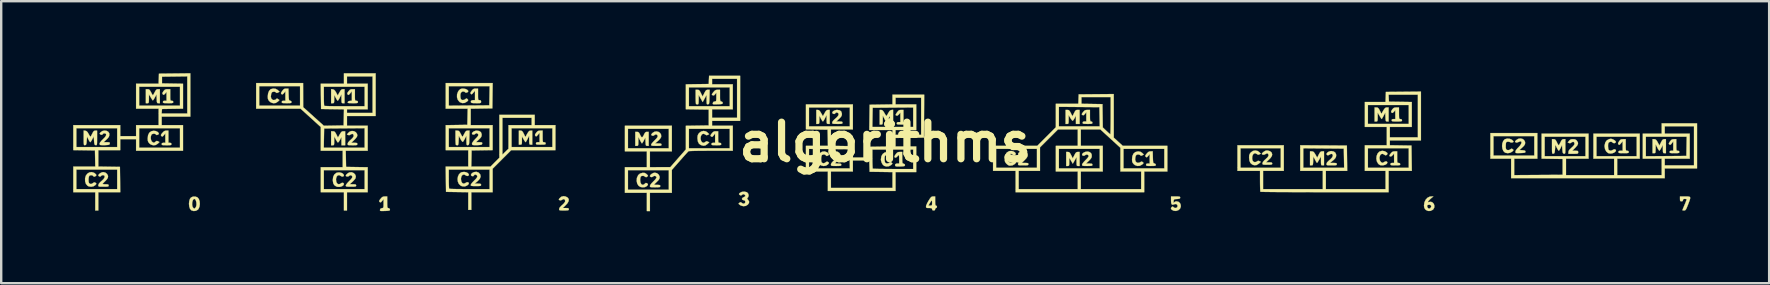
<source format=kicad_pcb>
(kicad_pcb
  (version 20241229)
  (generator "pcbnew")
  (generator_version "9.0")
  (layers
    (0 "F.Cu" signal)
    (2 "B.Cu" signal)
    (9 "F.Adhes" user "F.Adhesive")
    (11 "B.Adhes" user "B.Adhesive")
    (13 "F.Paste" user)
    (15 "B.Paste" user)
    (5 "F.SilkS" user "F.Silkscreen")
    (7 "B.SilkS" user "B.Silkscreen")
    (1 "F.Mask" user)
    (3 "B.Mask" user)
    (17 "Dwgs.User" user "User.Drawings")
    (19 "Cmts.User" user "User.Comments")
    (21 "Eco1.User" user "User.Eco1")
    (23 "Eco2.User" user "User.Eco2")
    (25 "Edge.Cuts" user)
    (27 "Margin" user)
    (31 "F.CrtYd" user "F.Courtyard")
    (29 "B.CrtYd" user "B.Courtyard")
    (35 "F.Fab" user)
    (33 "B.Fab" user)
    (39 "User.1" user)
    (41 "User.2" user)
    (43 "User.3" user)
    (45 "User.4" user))
  (footprint "algorithms"
    (layer "F.Cu")
    (at 33.838 2.876)
    (property "Reference" "algorithms" (at 0 0 0) (layer "F.SilkS") (effects (font (size 1.524 1.524) (thickness 0.3))))
    (attr through_hole)
    (fp_poly (pts (xy -22.966 -0.451) (xy -22.93 -0.425) (xy -22.893 -0.369) (xy -22.871 -0.327) (xy -22.805 -0.196) (xy -22.73 -0.327) (xy -22.683 -0.402) (xy -22.645 -0.442) (xy -22.603 -0.456) (xy -22.58 -0.457) (xy -22.504 -0.457) (xy -22.504 0.127) (xy -22.657 0.127) (xy -22.659 -0.216) (xy -22.722 -0.094) (xy -22.761 -0.03) (xy -22.795 0.008) (xy -22.811 0.012) (xy -22.836 -0.018) (xy -22.873 -0.078) (xy -22.897 -0.122) (xy -22.959 -0.241) (xy -22.96 -0.057) (xy -22.962 0.038) (xy -22.967 0.093) (xy -22.981 0.119) (xy -23.006 0.127) (xy -23.025 0.127) (xy -23.089 0.127) (xy -23.089 -0.457) (xy -23.013 -0.457) (xy -22.966 -0.451)) (stroke (width 0.01) (type solid)) (fill yes) (layer "F.SilkS"))
    (fp_poly (pts (xy 7.641 -1.34) (xy 7.676 -1.315) (xy 7.713 -1.26) (xy 7.737 -1.213) (xy 7.805 -1.08) (xy 7.87 -1.213) (xy 7.91 -1.289) (xy 7.943 -1.329) (xy 7.981 -1.344) (xy 8.019 -1.346) (xy 8.103 -1.346) (xy 8.103 -0.762) (xy 7.95 -0.762) (xy 7.948 -1.105) (xy 7.892 -0.998) (xy 7.854 -0.935) (xy 7.822 -0.898) (xy 7.811 -0.893) (xy 7.784 -0.914) (xy 7.745 -0.967) (xy 7.716 -1.012) (xy 7.646 -1.13) (xy 7.646 -0.946) (xy 7.645 -0.851) (xy 7.64 -0.796) (xy 7.626 -0.77) (xy 7.602 -0.762) (xy 7.582 -0.762) (xy 7.518 -0.762) (xy 7.518 -1.346) (xy 7.594 -1.346) (xy 7.641 -1.34)) (stroke (width 0.01) (type solid)) (fill yes) (layer "F.SilkS"))
    (fp_poly (pts (xy 0.762 -0.838) (xy 0.826 -0.838) (xy 0.875 -0.826) (xy 0.889 -0.787) (xy 0.885 -0.762) (xy 0.865 -0.747) (xy 0.82 -0.739) (xy 0.739 -0.737) (xy 0.686 -0.737) (xy 0.585 -0.738) (xy 0.524 -0.743) (xy 0.494 -0.754) (xy 0.483 -0.774) (xy 0.483 -0.787) (xy 0.495 -0.825) (xy 0.539 -0.838) (xy 0.559 -0.838) (xy 0.635 -0.838) (xy 0.634 -1.035) (xy 0.633 -1.232) (xy 0.575 -1.161) (xy 0.518 -1.11) (xy 0.475 -1.107) (xy 0.443 -1.122) (xy 0.436 -1.144) (xy 0.455 -1.185) (xy 0.499 -1.25) (xy 0.548 -1.311) (xy 0.594 -1.339) (xy 0.659 -1.346) (xy 0.664 -1.346) (xy 0.762 -1.346) (xy 0.762 -0.838)) (stroke (width 0.01) (type solid)) (fill yes) (layer "F.SilkS"))
    (fp_poly (pts (xy 7.659 0.413) (xy 7.694 0.441) (xy 7.731 0.501) (xy 7.751 0.54) (xy 7.816 0.673) (xy 7.884 0.54) (xy 7.926 0.463) (xy 7.96 0.423) (xy 8 0.408) (xy 8.027 0.406) (xy 8.103 0.406) (xy 8.103 0.991) (xy 8.039 0.991) (xy 8.006 0.988) (xy 7.987 0.973) (xy 7.978 0.935) (xy 7.976 0.864) (xy 7.975 0.806) (xy 7.975 0.622) (xy 7.897 0.759) (xy 7.818 0.896) (xy 7.745 0.772) (xy 7.672 0.648) (xy 7.671 0.819) (xy 7.67 0.91) (xy 7.664 0.961) (xy 7.649 0.984) (xy 7.621 0.99) (xy 7.607 0.991) (xy 7.544 0.991) (xy 7.544 0.406) (xy 7.615 0.406) (xy 7.659 0.413)) (stroke (width 0.01) (type solid)) (fill yes) (layer "F.SilkS"))
    (fp_poly (pts (xy -29.87 0.025) (xy -29.807 0.025) (xy -29.757 0.037) (xy -29.743 0.076) (xy -29.748 0.102) (xy -29.767 0.117) (xy -29.812 0.124) (xy -29.893 0.127) (xy -29.947 0.127) (xy -30.048 0.126) (xy -30.109 0.121) (xy -30.139 0.11) (xy -30.149 0.09) (xy -30.15 0.076) (xy -30.138 0.039) (xy -30.093 0.026) (xy -30.074 0.025) (xy -29.997 0.025) (xy -29.998 -0.171) (xy -29.998 -0.368) (xy -30.059 -0.292) (xy -30.102 -0.245) (xy -30.13 -0.233) (xy -30.159 -0.253) (xy -30.161 -0.255) (xy -30.181 -0.282) (xy -30.178 -0.313) (xy -30.145 -0.36) (xy -30.122 -0.388) (xy -30.063 -0.45) (xy -30.007 -0.478) (xy -29.957 -0.483) (xy -29.87 -0.483) (xy -29.87 0.025)) (stroke (width 0.01) (type solid)) (fill yes) (layer "F.SilkS"))
    (fp_poly (pts (xy 15.52 0.365) (xy 15.588 0.413) (xy 15.653 0.477) (xy 15.597 0.507) (xy 15.545 0.524) (xy 15.501 0.502) (xy 15.496 0.497) (xy 15.432 0.462) (xy 15.374 0.47) (xy 15.328 0.514) (xy 15.3 0.586) (xy 15.294 0.68) (xy 15.307 0.756) (xy 15.343 0.809) (xy 15.404 0.832) (xy 15.47 0.817) (xy 15.493 0.801) (xy 15.538 0.773) (xy 15.586 0.783) (xy 15.598 0.789) (xy 15.656 0.82) (xy 15.575 0.892) (xy 15.478 0.952) (xy 15.378 0.96) (xy 15.294 0.93) (xy 15.22 0.865) (xy 15.178 0.768) (xy 15.165 0.642) (xy 15.169 0.552) (xy 15.191 0.489) (xy 15.235 0.429) (xy 15.322 0.365) (xy 15.421 0.344) (xy 15.52 0.365)) (stroke (width 0.01) (type solid)) (fill yes) (layer "F.SilkS"))
    (fp_poly (pts (xy -23.019 -2.205) (xy -22.969 -2.188) (xy -22.925 -2.143) (xy -22.881 -2.072) (xy -22.814 -1.947) (xy -22.742 -2.078) (xy -22.695 -2.155) (xy -22.657 -2.195) (xy -22.615 -2.209) (xy -22.6 -2.209) (xy -22.53 -2.21) (xy -22.53 -1.626) (xy -22.593 -1.626) (xy -22.626 -1.628) (xy -22.645 -1.643) (xy -22.654 -1.681) (xy -22.658 -1.753) (xy -22.658 -1.81) (xy -22.66 -1.994) (xy -22.727 -1.861) (xy -22.766 -1.789) (xy -22.798 -1.741) (xy -22.814 -1.727) (xy -22.836 -1.748) (xy -22.87 -1.801) (xy -22.896 -1.848) (xy -22.959 -1.968) (xy -22.96 -1.797) (xy -22.962 -1.706) (xy -22.968 -1.655) (xy -22.983 -1.632) (xy -23.012 -1.626) (xy -23.025 -1.626) (xy -23.089 -1.626) (xy -23.089 -2.213) (xy -23.019 -2.205)) (stroke (width 0.01) (type solid)) (fill yes) (layer "F.SilkS"))
    (fp_poly (pts (xy -22.673 1.272) (xy -22.602 1.307) (xy -22.561 1.358) (xy -22.555 1.386) (xy -22.575 1.422) (xy -22.621 1.434) (xy -22.672 1.418) (xy -22.682 1.41) (xy -22.749 1.373) (xy -22.809 1.382) (xy -22.856 1.431) (xy -22.882 1.514) (xy -22.885 1.562) (xy -22.871 1.66) (xy -22.833 1.725) (xy -22.777 1.752) (xy -22.712 1.737) (xy -22.682 1.714) (xy -22.632 1.691) (xy -22.583 1.697) (xy -22.556 1.729) (xy -22.555 1.739) (xy -22.578 1.795) (xy -22.637 1.837) (xy -22.718 1.861) (xy -22.807 1.863) (xy -22.877 1.844) (xy -22.956 1.79) (xy -23.002 1.711) (xy -23.019 1.597) (xy -23.02 1.577) (xy -23.004 1.445) (xy -22.954 1.344) (xy -22.873 1.28) (xy -22.848 1.27) (xy -22.76 1.258) (xy -22.673 1.272)) (stroke (width 0.01) (type solid)) (fill yes) (layer "F.SilkS"))
    (fp_poly (pts (xy -22.098 -1.968) (xy -22.098 -1.857) (xy -22.095 -1.786) (xy -22.087 -1.747) (xy -22.071 -1.731) (xy -22.045 -1.727) (xy -22.035 -1.727) (xy -21.985 -1.715) (xy -21.971 -1.676) (xy -21.975 -1.652) (xy -21.994 -1.637) (xy -22.037 -1.629) (xy -22.114 -1.626) (xy -22.189 -1.626) (xy -22.294 -1.627) (xy -22.358 -1.631) (xy -22.39 -1.641) (xy -22.399 -1.658) (xy -22.398 -1.67) (xy -22.366 -1.708) (xy -22.307 -1.722) (xy -22.225 -1.73) (xy -22.225 -2.119) (xy -22.296 -2.034) (xy -22.341 -1.984) (xy -22.37 -1.968) (xy -22.394 -1.983) (xy -22.4 -1.991) (xy -22.417 -2.023) (xy -22.408 -2.06) (xy -22.369 -2.118) (xy -22.366 -2.121) (xy -22.314 -2.179) (xy -22.261 -2.205) (xy -22.198 -2.21) (xy -22.098 -2.21) (xy -22.098 -1.968)) (stroke (width 0.01) (type solid)) (fill yes) (layer "F.SilkS"))
    (fp_poly (pts (xy -17.459 1.252) (xy -17.389 1.288) (xy -17.351 1.339) (xy -17.348 1.36) (xy -17.368 1.397) (xy -17.414 1.409) (xy -17.465 1.393) (xy -17.475 1.385) (xy -17.542 1.348) (xy -17.602 1.357) (xy -17.649 1.405) (xy -17.675 1.489) (xy -17.678 1.537) (xy -17.664 1.634) (xy -17.626 1.699) (xy -17.57 1.727) (xy -17.505 1.711) (xy -17.475 1.688) (xy -17.425 1.665) (xy -17.376 1.672) (xy -17.349 1.704) (xy -17.348 1.713) (xy -17.371 1.763) (xy -17.429 1.808) (xy -17.506 1.839) (xy -17.529 1.844) (xy -17.63 1.837) (xy -17.696 1.806) (xy -17.768 1.735) (xy -17.808 1.641) (xy -17.82 1.534) (xy -17.803 1.429) (xy -17.76 1.337) (xy -17.691 1.27) (xy -17.641 1.248) (xy -17.547 1.237) (xy -17.459 1.252)) (stroke (width 0.01) (type solid)) (fill yes) (layer "F.SilkS"))
    (fp_poly (pts (xy -15.15 -0.476) (xy -15.115 -0.448) (xy -15.078 -0.388) (xy -15.058 -0.349) (xy -14.993 -0.216) (xy -14.92 -0.349) (xy -14.873 -0.426) (xy -14.834 -0.467) (xy -14.793 -0.481) (xy -14.776 -0.482) (xy -14.707 -0.483) (xy -14.707 0.102) (xy -14.77 0.102) (xy -14.803 0.099) (xy -14.822 0.084) (xy -14.831 0.046) (xy -14.835 -0.026) (xy -14.835 -0.083) (xy -14.837 -0.267) (xy -14.904 -0.133) (xy -14.942 -0.062) (xy -14.972 -0.014) (xy -14.985 -0.000104) (xy -15.004 -0.02) (xy -15.039 -0.072) (xy -15.068 -0.121) (xy -15.137 -0.241) (xy -15.138 -0.07) (xy -15.139 0.021) (xy -15.145 0.072) (xy -15.16 0.095) (xy -15.188 0.101) (xy -15.202 0.102) (xy -15.265 0.102) (xy -15.265 -0.483) (xy -15.194 -0.483) (xy -15.15 -0.476)) (stroke (width 0.01) (type solid)) (fill yes) (layer "F.SilkS"))
    (fp_poly (pts (xy -7.468 -0.45) (xy -7.401 -0.402) (xy -7.334 -0.335) (xy -7.39 -0.305) (xy -7.442 -0.289) (xy -7.486 -0.311) (xy -7.491 -0.315) (xy -7.557 -0.352) (xy -7.618 -0.339) (xy -7.657 -0.299) (xy -7.687 -0.225) (xy -7.692 -0.141) (xy -7.673 -0.062) (xy -7.636 -0.002) (xy -7.583 0.025) (xy -7.576 0.025) (xy -7.525 0.009) (xy -7.491 -0.015) (xy -7.447 -0.041) (xy -7.399 -0.029) (xy -7.389 -0.024) (xy -7.331 0.007) (xy -7.412 0.08) (xy -7.494 0.135) (xy -7.577 0.148) (xy -7.676 0.12) (xy -7.684 0.117) (xy -7.76 0.061) (xy -7.806 -0.031) (xy -7.823 -0.161) (xy -7.823 -0.179) (xy -7.816 -0.269) (xy -7.79 -0.335) (xy -7.752 -0.384) (xy -7.665 -0.449) (xy -7.566 -0.471) (xy -7.468 -0.45)) (stroke (width 0.01) (type solid)) (fill yes) (layer "F.SilkS"))
    (fp_poly (pts (xy -2.763 -1.335) (xy -2.722 -1.297) (xy -2.672 -1.221) (xy -2.67 -1.215) (xy -2.595 -1.085) (xy -2.523 -1.215) (xy -2.477 -1.292) (xy -2.438 -1.331) (xy -2.396 -1.345) (xy -2.381 -1.346) (xy -2.311 -1.346) (xy -2.311 -0.762) (xy -2.375 -0.762) (xy -2.408 -0.765) (xy -2.427 -0.779) (xy -2.436 -0.818) (xy -2.439 -0.89) (xy -2.44 -0.946) (xy -2.441 -1.13) (xy -2.509 -0.997) (xy -2.548 -0.926) (xy -2.58 -0.877) (xy -2.596 -0.864) (xy -2.617 -0.884) (xy -2.652 -0.937) (xy -2.678 -0.984) (xy -2.741 -1.105) (xy -2.742 -0.933) (xy -2.744 -0.843) (xy -2.75 -0.791) (xy -2.765 -0.768) (xy -2.793 -0.762) (xy -2.807 -0.762) (xy -2.87 -0.762) (xy -2.87 -1.346) (xy -2.807 -1.346) (xy -2.763 -1.335)) (stroke (width 0.01) (type solid)) (fill yes) (layer "F.SilkS"))
    (fp_poly (pts (xy 8.534 -1.105) (xy 8.535 -0.993) (xy 8.539 -0.922) (xy 8.547 -0.883) (xy 8.563 -0.867) (xy 8.585 -0.864) (xy 8.628 -0.846) (xy 8.636 -0.813) (xy 8.632 -0.787) (xy 8.612 -0.772) (xy 8.567 -0.765) (xy 8.486 -0.762) (xy 8.433 -0.762) (xy 8.332 -0.763) (xy 8.271 -0.768) (xy 8.241 -0.779) (xy 8.23 -0.799) (xy 8.23 -0.813) (xy 8.242 -0.85) (xy 8.286 -0.863) (xy 8.306 -0.864) (xy 8.382 -0.864) (xy 8.382 -1.251) (xy 8.329 -1.185) (xy 8.285 -1.134) (xy 8.252 -1.121) (xy 8.213 -1.137) (xy 8.207 -1.141) (xy 8.192 -1.162) (xy 8.205 -1.199) (xy 8.245 -1.254) (xy 8.299 -1.313) (xy 8.351 -1.34) (xy 8.423 -1.346) (xy 8.426 -1.346) (xy 8.534 -1.346) (xy 8.534 -1.105)) (stroke (width 0.01) (type solid)) (fill yes) (layer "F.SilkS"))
    (fp_poly (pts (xy 17.827 0.388) (xy 17.865 0.415) (xy 17.907 0.473) (xy 17.93 0.511) (xy 18.004 0.642) (xy 18.07 0.511) (xy 18.112 0.436) (xy 18.147 0.397) (xy 18.187 0.382) (xy 18.212 0.381) (xy 18.288 0.381) (xy 18.288 0.965) (xy 18.224 0.965) (xy 18.192 0.963) (xy 18.173 0.948) (xy 18.164 0.91) (xy 18.161 0.838) (xy 18.161 0.781) (xy 18.161 0.597) (xy 18.084 0.73) (xy 18.042 0.801) (xy 18.01 0.849) (xy 17.996 0.864) (xy 17.979 0.843) (xy 17.946 0.79) (xy 17.914 0.73) (xy 17.843 0.597) (xy 17.836 0.781) (xy 17.831 0.876) (xy 17.824 0.931) (xy 17.809 0.957) (xy 17.783 0.965) (xy 17.766 0.965) (xy 17.704 0.965) (xy 17.704 0.381) (xy 17.779 0.381) (xy 17.827 0.388)) (stroke (width 0.01) (type solid)) (fill yes) (layer "F.SilkS"))
    (fp_poly (pts (xy 20.519 -1.442) (xy 20.555 -1.416) (xy 20.591 -1.36) (xy 20.614 -1.317) (xy 20.681 -1.185) (xy 20.756 -1.317) (xy 20.804 -1.392) (xy 20.843 -1.432) (xy 20.885 -1.447) (xy 20.906 -1.448) (xy 20.98 -1.448) (xy 20.98 -0.864) (xy 20.918 -0.864) (xy 20.886 -0.867) (xy 20.866 -0.883) (xy 20.856 -0.923) (xy 20.85 -0.998) (xy 20.848 -1.048) (xy 20.841 -1.232) (xy 20.77 -1.099) (xy 20.731 -1.028) (xy 20.702 -0.979) (xy 20.69 -0.965) (xy 20.673 -0.985) (xy 20.639 -1.038) (xy 20.602 -1.099) (xy 20.524 -1.232) (xy 20.524 -1.048) (xy 20.523 -0.953) (xy 20.517 -0.898) (xy 20.504 -0.872) (xy 20.479 -0.864) (xy 20.46 -0.864) (xy 20.396 -0.864) (xy 20.396 -1.448) (xy 20.472 -1.448) (xy 20.519 -1.442)) (stroke (width 0.01) (type solid)) (fill yes) (layer "F.SilkS"))
    (fp_poly (pts (xy 21.336 0.622) (xy 21.336 0.734) (xy 21.339 0.805) (xy 21.347 0.843) (xy 21.363 0.86) (xy 21.389 0.864) (xy 21.399 0.864) (xy 21.449 0.876) (xy 21.463 0.914) (xy 21.459 0.94) (xy 21.439 0.955) (xy 21.394 0.962) (xy 21.313 0.965) (xy 21.26 0.965) (xy 21.159 0.964) (xy 21.098 0.959) (xy 21.068 0.948) (xy 21.057 0.928) (xy 21.057 0.914) (xy 21.069 0.877) (xy 21.113 0.864) (xy 21.133 0.864) (xy 21.209 0.864) (xy 21.208 0.667) (xy 21.207 0.47) (xy 21.149 0.541) (xy 21.092 0.591) (xy 21.049 0.595) (xy 21.016 0.579) (xy 21.011 0.557) (xy 21.033 0.516) (xy 21.071 0.466) (xy 21.123 0.409) (xy 21.179 0.385) (xy 21.236 0.381) (xy 21.336 0.381) (xy 21.336 0.622)) (stroke (width 0.01) (type solid)) (fill yes) (layer "F.SilkS"))
    (fp_poly (pts (xy 21.412 -1.206) (xy 21.413 -1.095) (xy 21.416 -1.024) (xy 21.424 -0.985) (xy 21.439 -0.969) (xy 21.465 -0.965) (xy 21.476 -0.965) (xy 21.525 -0.953) (xy 21.539 -0.914) (xy 21.535 -0.89) (xy 21.517 -0.875) (xy 21.473 -0.867) (xy 21.395 -0.864) (xy 21.323 -0.864) (xy 21.218 -0.865) (xy 21.154 -0.869) (xy 21.121 -0.879) (xy 21.109 -0.897) (xy 21.107 -0.914) (xy 21.119 -0.952) (xy 21.164 -0.965) (xy 21.184 -0.965) (xy 21.26 -0.965) (xy 21.258 -1.333) (xy 21.199 -1.266) (xy 21.151 -1.222) (xy 21.119 -1.22) (xy 21.11 -1.226) (xy 21.086 -1.261) (xy 21.09 -1.299) (xy 21.125 -1.356) (xy 21.138 -1.373) (xy 21.184 -1.422) (xy 21.238 -1.444) (xy 21.303 -1.448) (xy 21.412 -1.448) (xy 21.412 -1.206)) (stroke (width 0.01) (type solid)) (fill yes) (layer "F.SilkS"))
    (fp_poly (pts (xy 32.096 -0.12) (xy 32.134 -0.091) (xy 32.175 -0.031) (xy 32.195 0.005) (xy 32.266 0.137) (xy 32.331 0.005) (xy 32.372 -0.072) (xy 32.407 -0.112) (xy 32.446 -0.126) (xy 32.466 -0.127) (xy 32.537 -0.127) (xy 32.537 0.457) (xy 32.474 0.457) (xy 32.44 0.454) (xy 32.421 0.438) (xy 32.412 0.398) (xy 32.41 0.322) (xy 32.409 0.286) (xy 32.408 0.114) (xy 32.345 0.235) (xy 32.307 0.302) (xy 32.275 0.346) (xy 32.263 0.356) (xy 32.242 0.335) (xy 32.207 0.281) (xy 32.176 0.222) (xy 32.109 0.089) (xy 32.107 0.273) (xy 32.105 0.368) (xy 32.1 0.423) (xy 32.086 0.449) (xy 32.062 0.457) (xy 32.042 0.457) (xy 31.979 0.457) (xy 31.979 -0.127) (xy 32.051 -0.127) (xy 32.096 -0.12)) (stroke (width 0.01) (type solid)) (fill yes) (layer "F.SilkS"))
    (fp_poly (pts (xy 32.969 0.114) (xy 32.97 0.226) (xy 32.973 0.297) (xy 32.981 0.335) (xy 32.996 0.352) (xy 33.022 0.356) (xy 33.033 0.356) (xy 33.082 0.368) (xy 33.096 0.406) (xy 33.092 0.432) (xy 33.072 0.447) (xy 33.027 0.454) (xy 32.947 0.457) (xy 32.893 0.457) (xy 32.792 0.456) (xy 32.731 0.451) (xy 32.701 0.44) (xy 32.691 0.42) (xy 32.69 0.406) (xy 32.702 0.369) (xy 32.746 0.356) (xy 32.766 0.356) (xy 32.842 0.356) (xy 32.842 -0.035) (xy 32.783 0.045) (xy 32.741 0.096) (xy 32.71 0.109) (xy 32.681 0.095) (xy 32.658 0.072) (xy 32.659 0.043) (xy 32.687 -0.004) (xy 32.706 -0.032) (xy 32.756 -0.093) (xy 32.804 -0.12) (xy 32.871 -0.127) (xy 32.969 -0.127) (xy 32.969 0.114)) (stroke (width 0.01) (type solid)) (fill yes) (layer "F.SilkS"))
    (fp_poly (pts (xy -29.794 -1.968) (xy -29.794 -1.857) (xy -29.791 -1.786) (xy -29.783 -1.747) (xy -29.767 -1.731) (xy -29.741 -1.727) (xy -29.731 -1.727) (xy -29.681 -1.715) (xy -29.667 -1.676) (xy -29.671 -1.652) (xy -29.69 -1.637) (xy -29.733 -1.629) (xy -29.811 -1.626) (xy -29.883 -1.626) (xy -29.988 -1.627) (xy -30.052 -1.631) (xy -30.085 -1.641) (xy -30.098 -1.659) (xy -30.099 -1.676) (xy -30.087 -1.714) (xy -30.042 -1.727) (xy -30.023 -1.727) (xy -29.947 -1.727) (xy -29.948 -1.911) (xy -29.948 -2.095) (xy -30.006 -2.025) (xy -30.049 -1.981) (xy -30.08 -1.976) (xy -30.094 -1.986) (xy -30.119 -2.021) (xy -30.117 -2.059) (xy -30.083 -2.115) (xy -30.069 -2.135) (xy -30.023 -2.184) (xy -29.969 -2.206) (xy -29.904 -2.21) (xy -29.794 -2.21) (xy -29.794 -1.968)) (stroke (width 0.01) (type solid)) (fill yes) (layer "F.SilkS"))
    (fp_poly (pts (xy -25.403 -2.225) (xy -25.315 -2.177) (xy -25.306 -2.169) (xy -25.239 -2.102) (xy -25.3 -2.07) (xy -25.348 -2.05) (xy -25.378 -2.064) (xy -25.388 -2.075) (xy -25.435 -2.102) (xy -25.49 -2.104) (xy -25.543 -2.09) (xy -25.572 -2.053) (xy -25.589 -2) (xy -25.601 -1.892) (xy -25.578 -1.811) (xy -25.524 -1.765) (xy -25.49 -1.757) (xy -25.415 -1.766) (xy -25.384 -1.791) (xy -25.356 -1.819) (xy -25.324 -1.813) (xy -25.297 -1.795) (xy -25.242 -1.756) (xy -25.307 -1.691) (xy -25.395 -1.635) (xy -25.496 -1.623) (xy -25.595 -1.654) (xy -25.656 -1.7) (xy -25.702 -1.755) (xy -25.724 -1.814) (xy -25.73 -1.898) (xy -25.73 -1.904) (xy -25.716 -2.032) (xy -25.676 -2.135) (xy -25.616 -2.202) (xy -25.605 -2.209) (xy -25.506 -2.236) (xy -25.403 -2.225)) (stroke (width 0.01) (type solid)) (fill yes) (layer "F.SilkS"))
    (fp_poly (pts (xy -16.967 -1.994) (xy -16.967 -1.882) (xy -16.964 -1.812) (xy -16.956 -1.773) (xy -16.94 -1.756) (xy -16.914 -1.753) (xy -16.904 -1.753) (xy -16.855 -1.742) (xy -16.84 -1.701) (xy -16.84 -1.689) (xy -16.842 -1.658) (xy -16.856 -1.639) (xy -16.891 -1.629) (xy -16.957 -1.626) (xy -17.044 -1.626) (xy -17.154 -1.628) (xy -17.221 -1.636) (xy -17.255 -1.652) (xy -17.262 -1.662) (xy -17.264 -1.716) (xy -17.222 -1.746) (xy -17.169 -1.753) (xy -17.094 -1.753) (xy -17.094 -2.144) (xy -17.165 -2.06) (xy -17.211 -2.009) (xy -17.239 -1.994) (xy -17.263 -2.009) (xy -17.269 -2.015) (xy -17.285 -2.047) (xy -17.274 -2.085) (xy -17.233 -2.145) (xy -17.233 -2.145) (xy -17.18 -2.204) (xy -17.128 -2.23) (xy -17.066 -2.235) (xy -16.967 -2.235) (xy -16.967 -1.994)) (stroke (width 0.01) (type solid)) (fill yes) (layer "F.SilkS"))
    (fp_poly (pts (xy -14.275 -0.241) (xy -14.274 -0.13) (xy -14.271 -0.059) (xy -14.263 -0.02) (xy -14.248 -0.004) (xy -14.222 -0.000062) (xy -14.211 0) (xy -14.162 0.012) (xy -14.148 0.051) (xy -14.152 0.076) (xy -14.172 0.091) (xy -14.217 0.099) (xy -14.297 0.101) (xy -14.351 0.102) (xy -14.452 0.101) (xy -14.513 0.096) (xy -14.543 0.084) (xy -14.553 0.064) (xy -14.554 0.051) (xy -14.542 0.014) (xy -14.498 0.001) (xy -14.478 0) (xy -14.402 0) (xy -14.402 -0.392) (xy -14.472 -0.307) (xy -14.518 -0.256) (xy -14.547 -0.241) (xy -14.57 -0.256) (xy -14.577 -0.264) (xy -14.594 -0.296) (xy -14.585 -0.333) (xy -14.546 -0.391) (xy -14.543 -0.394) (xy -14.491 -0.452) (xy -14.438 -0.478) (xy -14.375 -0.483) (xy -14.275 -0.483) (xy -14.275 -0.241)) (stroke (width 0.01) (type solid)) (fill yes) (layer "F.SilkS"))
    (fp_poly (pts (xy -6.96 -0.216) (xy -6.959 -0.104) (xy -6.956 -0.034) (xy -6.948 0.005) (xy -6.933 0.022) (xy -6.907 0.025) (xy -6.896 0.025) (xy -6.846 0.037) (xy -6.833 0.076) (xy -6.837 0.102) (xy -6.856 0.117) (xy -6.901 0.124) (xy -6.982 0.127) (xy -7.036 0.127) (xy -7.137 0.126) (xy -7.198 0.121) (xy -7.228 0.11) (xy -7.238 0.09) (xy -7.239 0.076) (xy -7.227 0.039) (xy -7.182 0.026) (xy -7.163 0.025) (xy -7.087 0.025) (xy -7.087 -0.365) (xy -7.146 -0.285) (xy -7.188 -0.235) (xy -7.218 -0.221) (xy -7.251 -0.238) (xy -7.252 -0.238) (xy -7.278 -0.262) (xy -7.279 -0.288) (xy -7.253 -0.33) (xy -7.227 -0.365) (xy -7.174 -0.424) (xy -7.123 -0.451) (xy -7.058 -0.457) (xy -6.96 -0.457) (xy -6.96 -0.216)) (stroke (width 0.01) (type solid)) (fill yes) (layer "F.SilkS"))
    (fp_poly (pts (xy 10.641 0.399) (xy 10.712 0.448) (xy 10.778 0.514) (xy 10.718 0.547) (xy 10.669 0.566) (xy 10.639 0.553) (xy 10.63 0.541) (xy 10.582 0.514) (xy 10.527 0.512) (xy 10.475 0.526) (xy 10.445 0.564) (xy 10.428 0.617) (xy 10.417 0.724) (xy 10.439 0.804) (xy 10.491 0.851) (xy 10.525 0.859) (xy 10.593 0.852) (xy 10.638 0.829) (xy 10.676 0.805) (xy 10.712 0.816) (xy 10.732 0.829) (xy 10.763 0.856) (xy 10.763 0.879) (xy 10.728 0.914) (xy 10.711 0.929) (xy 10.614 0.983) (xy 10.509 0.991) (xy 10.408 0.954) (xy 10.361 0.916) (xy 10.315 0.861) (xy 10.293 0.803) (xy 10.287 0.718) (xy 10.287 0.712) (xy 10.303 0.574) (xy 10.35 0.473) (xy 10.426 0.411) (xy 10.539 0.382) (xy 10.641 0.399)) (stroke (width 0.01) (type solid)) (fill yes) (layer "F.SilkS"))
    (fp_poly (pts (xy 30.861 0.114) (xy 30.861 0.226) (xy 30.864 0.297) (xy 30.872 0.335) (xy 30.888 0.352) (xy 30.914 0.356) (xy 30.924 0.356) (xy 30.974 0.368) (xy 30.988 0.406) (xy 30.984 0.431) (xy 30.965 0.446) (xy 30.922 0.454) (xy 30.844 0.457) (xy 30.772 0.457) (xy 30.667 0.456) (xy 30.603 0.452) (xy 30.57 0.442) (xy 30.558 0.423) (xy 30.556 0.406) (xy 30.566 0.371) (xy 30.605 0.357) (xy 30.645 0.356) (xy 30.734 0.356) (xy 30.733 0.159) (xy 30.733 -0.038) (xy 30.662 0.047) (xy 30.616 0.098) (xy 30.588 0.113) (xy 30.564 0.098) (xy 30.558 0.091) (xy 30.541 0.058) (xy 30.55 0.019) (xy 30.585 -0.038) (xy 30.631 -0.096) (xy 30.68 -0.121) (xy 30.753 -0.127) (xy 30.861 -0.127) (xy 30.861 0.114)) (stroke (width 0.01) (type solid)) (fill yes) (layer "F.SilkS"))
    (fp_poly (pts (xy 33.436 2.261) (xy 33.503 2.267) (xy 33.54 2.287) (xy 33.549 2.327) (xy 33.534 2.395) (xy 33.497 2.498) (xy 33.459 2.597) (xy 33.415 2.708) (xy 33.383 2.78) (xy 33.356 2.821) (xy 33.33 2.84) (xy 33.299 2.845) (xy 33.293 2.845) (xy 33.242 2.841) (xy 33.223 2.834) (xy 33.232 2.808) (xy 33.257 2.745) (xy 33.293 2.659) (xy 33.312 2.613) (xy 33.352 2.517) (xy 33.382 2.439) (xy 33.399 2.391) (xy 33.401 2.382) (xy 33.379 2.368) (xy 33.326 2.362) (xy 33.325 2.362) (xy 33.269 2.37) (xy 33.249 2.4) (xy 33.249 2.413) (xy 33.234 2.453) (xy 33.185 2.464) (xy 33.144 2.458) (xy 33.126 2.432) (xy 33.122 2.371) (xy 33.122 2.362) (xy 33.122 2.261) (xy 33.337 2.261) (xy 33.436 2.261)) (stroke (width 0.01) (type solid)) (fill yes) (layer "F.SilkS"))
    (fp_poly (pts (xy -30.394 -0.465) (xy -30.316 -0.427) (xy -30.29 -0.4) (xy -30.266 -0.357) (xy -30.279 -0.331) (xy -30.309 -0.314) (xy -30.355 -0.296) (xy -30.382 -0.312) (xy -30.386 -0.319) (xy -30.428 -0.35) (xy -30.491 -0.355) (xy -30.551 -0.336) (xy -30.581 -0.306) (xy -30.605 -0.222) (xy -30.602 -0.128) (xy -30.574 -0.048) (xy -30.556 -0.025) (xy -30.502 0.017) (xy -30.456 0.017) (xy -30.407 -0.022) (xy -30.364 -0.053) (xy -30.319 -0.047) (xy -30.301 -0.038) (xy -30.243 -0.006) (xy -30.309 0.06) (xy -30.398 0.117) (xy -30.499 0.13) (xy -30.599 0.099) (xy -30.66 0.053) (xy -30.706 -0.003) (xy -30.728 -0.061) (xy -30.734 -0.145) (xy -30.734 -0.152) (xy -30.718 -0.292) (xy -30.669 -0.393) (xy -30.587 -0.455) (xy -30.583 -0.457) (xy -30.489 -0.476) (xy -30.394 -0.465)) (stroke (width 0.01) (type solid)) (fill yes) (layer "F.SilkS"))
    (fp_poly (pts (xy -24.861 -1.988) (xy -24.857 -1.874) (xy -24.851 -1.801) (xy -24.842 -1.759) (xy -24.826 -1.74) (xy -24.8 -1.732) (xy -24.797 -1.732) (xy -24.749 -1.707) (xy -24.74 -1.675) (xy -24.744 -1.65) (xy -24.765 -1.635) (xy -24.812 -1.628) (xy -24.896 -1.626) (xy -24.943 -1.626) (xy -25.044 -1.627) (xy -25.105 -1.632) (xy -25.135 -1.643) (xy -25.145 -1.663) (xy -25.146 -1.676) (xy -25.134 -1.714) (xy -25.089 -1.727) (xy -25.07 -1.727) (xy -24.994 -1.727) (xy -24.995 -1.924) (xy -24.995 -2.121) (xy -25.056 -2.046) (xy -25.1 -2) (xy -25.131 -1.99) (xy -25.157 -2.005) (xy -25.177 -2.03) (xy -25.174 -2.061) (xy -25.143 -2.112) (xy -25.127 -2.136) (xy -25.076 -2.198) (xy -25.029 -2.227) (xy -24.965 -2.235) (xy -24.963 -2.235) (xy -24.868 -2.235) (xy -24.861 -1.988)) (stroke (width 0.01) (type solid)) (fill yes) (layer "F.SilkS"))
    (fp_poly (pts (xy -10.291 -0.423) (xy -10.254 -0.389) (xy -10.223 -0.33) (xy -10.18 -0.244) (xy -10.145 -0.205) (xy -10.113 -0.213) (xy -10.077 -0.266) (xy -10.058 -0.305) (xy -10.019 -0.38) (xy -9.985 -0.418) (xy -9.945 -0.431) (xy -9.927 -0.432) (xy -9.855 -0.432) (xy -9.855 0.152) (xy -9.918 0.152) (xy -9.951 0.149) (xy -9.97 0.132) (xy -9.98 0.089) (xy -9.986 0.01) (xy -9.987 -0.018) (xy -9.995 -0.189) (xy -10.058 -0.069) (xy -10.096 -0.002) (xy -10.125 0.041) (xy -10.136 0.051) (xy -10.154 0.03) (xy -10.186 -0.024) (xy -10.217 -0.083) (xy -10.284 -0.216) (xy -10.285 -0.032) (xy -10.287 0.063) (xy -10.293 0.118) (xy -10.306 0.144) (xy -10.331 0.152) (xy -10.351 0.152) (xy -10.414 0.152) (xy -10.414 -0.432) (xy -10.342 -0.432) (xy -10.291 -0.423)) (stroke (width 0.01) (type solid)) (fill yes) (layer "F.SilkS"))
    (fp_poly (pts (xy 0.171 0.42) (xy 0.244 0.454) (xy 0.293 0.499) (xy 0.305 0.533) (xy 0.284 0.56) (xy 0.237 0.574) (xy 0.188 0.572) (xy 0.17 0.561) (xy 0.121 0.538) (xy 0.058 0.536) (xy 0.006 0.554) (xy -0.01 0.574) (xy -0.023 0.638) (xy -0.025 0.719) (xy -0.017 0.797) (xy -0.000494 0.851) (xy 0.005 0.859) (xy 0.065 0.887) (xy 0.136 0.877) (xy 0.178 0.851) (xy 0.215 0.826) (xy 0.251 0.838) (xy 0.268 0.851) (xy 0.298 0.878) (xy 0.297 0.902) (xy 0.262 0.938) (xy 0.246 0.952) (xy 0.153 1.004) (xy 0.045 1.012) (xy -0.043 0.986) (xy -0.101 0.935) (xy -0.148 0.852) (xy -0.175 0.757) (xy -0.178 0.715) (xy -0.159 0.588) (xy -0.104 0.491) (xy -0.019 0.428) (xy 0.089 0.406) (xy 0.171 0.42)) (stroke (width 0.01) (type solid)) (fill yes) (layer "F.SilkS"))
    (fp_poly (pts (xy 5.344 0.385) (xy 5.402 0.419) (xy 5.437 0.461) (xy 5.441 0.503) (xy 5.409 0.534) (xy 5.358 0.547) (xy 5.319 0.522) (xy 5.255 0.483) (xy 5.196 0.491) (xy 5.147 0.541) (xy 5.117 0.63) (xy 5.116 0.639) (xy 5.118 0.731) (xy 5.146 0.803) (xy 5.194 0.847) (xy 5.253 0.856) (xy 5.309 0.825) (xy 5.372 0.796) (xy 5.408 0.8) (xy 5.452 0.821) (xy 5.453 0.852) (xy 5.412 0.9) (xy 5.404 0.908) (xy 5.308 0.965) (xy 5.195 0.978) (xy 5.163 0.973) (xy 5.111 0.947) (xy 5.053 0.896) (xy 5.04 0.882) (xy 5.002 0.83) (xy 4.983 0.778) (xy 4.981 0.707) (xy 4.984 0.656) (xy 5.01 0.523) (xy 5.067 0.431) (xy 5.155 0.377) (xy 5.195 0.366) (xy 5.272 0.365) (xy 5.344 0.385)) (stroke (width 0.01) (type solid)) (fill yes) (layer "F.SilkS"))
    (fp_poly (pts (xy 11.156 0.629) (xy 11.16 0.743) (xy 11.166 0.815) (xy 11.175 0.857) (xy 11.192 0.876) (xy 11.217 0.884) (xy 11.22 0.884) (xy 11.268 0.91) (xy 11.278 0.942) (xy 11.273 0.966) (xy 11.252 0.981) (xy 11.205 0.988) (xy 11.121 0.99) (xy 11.074 0.991) (xy 10.973 0.99) (xy 10.912 0.985) (xy 10.882 0.973) (xy 10.872 0.953) (xy 10.871 0.94) (xy 10.883 0.903) (xy 10.928 0.89) (xy 10.947 0.889) (xy 11.024 0.889) (xy 11.023 0.692) (xy 11.023 0.495) (xy 10.962 0.572) (xy 10.919 0.619) (xy 10.891 0.63) (xy 10.862 0.611) (xy 10.86 0.609) (xy 10.84 0.581) (xy 10.843 0.551) (xy 10.876 0.504) (xy 10.899 0.475) (xy 10.959 0.413) (xy 11.014 0.386) (xy 11.063 0.381) (xy 11.149 0.381) (xy 11.156 0.629)) (stroke (width 0.01) (type solid)) (fill yes) (layer "F.SilkS"))
    (fp_poly (pts (xy 20.81 0.374) (xy 20.852 0.393) (xy 20.918 0.44) (xy 20.936 0.485) (xy 20.905 0.527) (xy 20.899 0.531) (xy 20.852 0.549) (xy 20.809 0.527) (xy 20.805 0.522) (xy 20.737 0.486) (xy 20.675 0.494) (xy 20.627 0.542) (xy 20.602 0.624) (xy 20.599 0.662) (xy 20.617 0.763) (xy 20.65 0.813) (xy 20.698 0.854) (xy 20.738 0.858) (xy 20.792 0.828) (xy 20.798 0.823) (xy 20.859 0.797) (xy 20.908 0.805) (xy 20.929 0.844) (xy 20.93 0.849) (xy 20.906 0.898) (xy 20.846 0.938) (xy 20.76 0.962) (xy 20.71 0.965) (xy 20.631 0.957) (xy 20.574 0.925) (xy 20.538 0.887) (xy 20.488 0.795) (xy 20.469 0.687) (xy 20.48 0.577) (xy 20.517 0.478) (xy 20.58 0.405) (xy 20.611 0.386) (xy 20.713 0.358) (xy 20.81 0.374)) (stroke (width 0.01) (type solid)) (fill yes) (layer "F.SilkS"))
    (fp_poly (pts (xy -28.663 2.296) (xy -28.658 2.3) (xy -28.602 2.367) (xy -28.569 2.464) (xy -28.56 2.576) (xy -28.575 2.686) (xy -28.615 2.779) (xy -28.64 2.811) (xy -28.721 2.858) (xy -28.817 2.869) (xy -28.909 2.841) (xy -28.923 2.832) (xy -28.972 2.77) (xy -29.003 2.676) (xy -29.009 2.606) (xy -28.881 2.606) (xy -28.867 2.681) (xy -28.84 2.729) (xy -28.805 2.76) (xy -28.791 2.769) (xy -28.768 2.753) (xy -28.742 2.729) (xy -28.712 2.673) (xy -28.7 2.596) (xy -28.705 2.511) (xy -28.724 2.435) (xy -28.755 2.38) (xy -28.791 2.362) (xy -28.831 2.385) (xy -28.861 2.443) (xy -28.878 2.521) (xy -28.881 2.606) (xy -29.009 2.606) (xy -29.013 2.567) (xy -29.003 2.457) (xy -28.973 2.363) (xy -28.93 2.306) (xy -28.848 2.268) (xy -28.751 2.265) (xy -28.663 2.296)) (stroke (width 0.01) (type solid)) (fill yes) (layer "F.SilkS"))
    (fp_poly (pts (xy -22.134 -0.459) (xy -22.06 -0.417) (xy -22.01 -0.349) (xy -21.996 -0.276) (xy -22.016 -0.223) (xy -22.072 -0.15) (xy -22.123 -0.097) (xy -22.25 0.025) (xy -22.123 0.025) (xy -22.047 0.028) (xy -22.009 0.039) (xy -21.997 0.064) (xy -21.996 0.076) (xy -22.001 0.102) (xy -22.02 0.117) (xy -22.065 0.124) (xy -22.146 0.127) (xy -22.2 0.127) (xy -22.3 0.126) (xy -22.361 0.122) (xy -22.391 0.111) (xy -22.402 0.09) (xy -22.403 0.067) (xy -22.381 0.009) (xy -22.314 -0.065) (xy -22.276 -0.099) (xy -22.195 -0.176) (xy -22.155 -0.237) (xy -22.149 -0.269) (xy -22.166 -0.328) (xy -22.209 -0.349) (xy -22.265 -0.327) (xy -22.273 -0.32) (xy -22.332 -0.292) (xy -22.375 -0.299) (xy -22.431 -0.32) (xy -22.379 -0.385) (xy -22.306 -0.446) (xy -22.22 -0.469) (xy -22.134 -0.459)) (stroke (width 0.01) (type solid)) (fill yes) (layer "F.SilkS"))
    (fp_poly (pts (xy -17.502 -2.223) (xy -17.426 -2.192) (xy -17.381 -2.148) (xy -17.374 -2.121) (xy -17.394 -2.088) (xy -17.438 -2.066) (xy -17.482 -2.065) (xy -17.497 -2.076) (xy -17.549 -2.112) (xy -17.615 -2.11) (xy -17.65 -2.092) (xy -17.685 -2.054) (xy -17.701 -1.994) (xy -17.704 -1.934) (xy -17.698 -1.856) (xy -17.682 -1.798) (xy -17.673 -1.783) (xy -17.613 -1.755) (xy -17.541 -1.766) (xy -17.495 -1.795) (xy -17.457 -1.824) (xy -17.427 -1.815) (xy -17.405 -1.794) (xy -17.379 -1.762) (xy -17.383 -1.735) (xy -17.422 -1.696) (xy -17.432 -1.688) (xy -17.526 -1.636) (xy -17.628 -1.63) (xy -17.724 -1.668) (xy -17.737 -1.677) (xy -17.809 -1.764) (xy -17.844 -1.873) (xy -17.842 -1.991) (xy -17.801 -2.105) (xy -17.764 -2.158) (xy -17.709 -2.211) (xy -17.646 -2.232) (xy -17.593 -2.235) (xy -17.502 -2.223)) (stroke (width 0.01) (type solid)) (fill yes) (layer "F.SilkS"))
    (fp_poly (pts (xy -13.318 2.262) (xy -13.229 2.309) (xy -13.187 2.373) (xy -13.191 2.453) (xy -13.242 2.546) (xy -13.31 2.621) (xy -13.436 2.743) (xy -13.31 2.743) (xy -13.233 2.746) (xy -13.195 2.757) (xy -13.183 2.782) (xy -13.183 2.794) (xy -13.187 2.819) (xy -13.206 2.834) (xy -13.251 2.842) (xy -13.332 2.845) (xy -13.386 2.845) (xy -13.487 2.844) (xy -13.547 2.84) (xy -13.577 2.829) (xy -13.588 2.808) (xy -13.589 2.785) (xy -13.567 2.727) (xy -13.5 2.652) (xy -13.462 2.619) (xy -13.381 2.542) (xy -13.341 2.481) (xy -13.335 2.449) (xy -13.352 2.39) (xy -13.396 2.369) (xy -13.452 2.391) (xy -13.459 2.398) (xy -13.519 2.426) (xy -13.56 2.419) (xy -13.597 2.401) (xy -13.596 2.376) (xy -13.574 2.341) (xy -13.498 2.272) (xy -13.402 2.248) (xy -13.318 2.262)) (stroke (width 0.01) (type solid)) (fill yes) (layer "F.SilkS"))
    (fp_poly (pts (xy 0.33 -0.737) (xy 0.267 -0.737) (xy 0.234 -0.739) (xy 0.215 -0.754) (xy 0.206 -0.792) (xy 0.203 -0.864) (xy 0.202 -0.921) (xy 0.201 -1.015) (xy 0.198 -1.064) (xy 0.19 -1.076) (xy 0.176 -1.055) (xy 0.161 -1.029) (xy 0.12 -0.954) (xy 0.083 -0.891) (xy 0.044 -0.829) (xy -0.028 -0.967) (xy -0.099 -1.105) (xy -0.1 -0.921) (xy -0.102 -0.826) (xy -0.107 -0.771) (xy -0.121 -0.745) (xy -0.146 -0.737) (xy -0.165 -0.737) (xy -0.229 -0.737) (xy -0.229 -1.346) (xy -0.167 -1.346) (xy -0.122 -1.335) (xy -0.08 -1.294) (xy -0.033 -1.219) (xy 0.007 -1.151) (xy 0.038 -1.105) (xy 0.051 -1.092) (xy 0.069 -1.113) (xy 0.101 -1.166) (xy 0.127 -1.213) (xy 0.174 -1.29) (xy 0.219 -1.33) (xy 0.26 -1.342) (xy 0.33 -1.35) (xy 0.33 -0.737)) (stroke (width 0.01) (type solid)) (fill yes) (layer "F.SilkS"))
    (fp_poly (pts (xy 28.744 -0.12) (xy 28.797 -0.093) (xy 28.827 -0.06) (xy 28.868 0.006) (xy 28.873 0.068) (xy 28.842 0.135) (xy 28.771 0.218) (xy 28.756 0.232) (xy 28.633 0.356) (xy 28.756 0.356) (xy 28.83 0.358) (xy 28.867 0.369) (xy 28.879 0.396) (xy 28.88 0.419) (xy 28.878 0.451) (xy 28.864 0.469) (xy 28.829 0.479) (xy 28.762 0.482) (xy 28.677 0.483) (xy 28.473 0.483) (xy 28.473 0.41) (xy 28.484 0.359) (xy 28.522 0.304) (xy 28.595 0.236) (xy 28.6 0.231) (xy 28.681 0.154) (xy 28.721 0.093) (xy 28.727 0.061) (xy 28.71 0.002) (xy 28.668 -0.018) (xy 28.611 0.004) (xy 28.599 0.014) (xy 28.546 0.044) (xy 28.497 0.035) (xy 28.444 0.012) (xy 28.499 -0.058) (xy 28.546 -0.104) (xy 28.605 -0.124) (xy 28.664 -0.127) (xy 28.744 -0.12)) (stroke (width 0.01) (type solid)) (fill yes) (layer "F.SilkS"))
    (fp_poly (pts (xy 30.291 -0.134) (xy 30.347 -0.11) (xy 30.408 -0.071) (xy 30.446 -0.031) (xy 30.45 -0.021) (xy 30.438 0.019) (xy 30.396 0.04) (xy 30.344 0.035) (xy 30.313 0.014) (xy 30.264 -0.02) (xy 30.213 -0.017) (xy 30.174 0.001) (xy 30.143 0.029) (xy 30.128 0.079) (xy 30.124 0.161) (xy 30.13 0.243) (xy 30.144 0.305) (xy 30.155 0.325) (xy 30.215 0.353) (xy 30.286 0.343) (xy 30.328 0.317) (xy 30.378 0.294) (xy 30.426 0.3) (xy 30.454 0.332) (xy 30.455 0.342) (xy 30.432 0.395) (xy 30.373 0.438) (xy 30.294 0.465) (xy 30.207 0.472) (xy 30.129 0.454) (xy 30.124 0.451) (xy 30.05 0.387) (xy 29.999 0.29) (xy 29.979 0.177) (xy 29.98 0.134) (xy 30.01 0.009) (xy 30.072 -0.077) (xy 30.162 -0.127) (xy 30.231 -0.143) (xy 30.291 -0.134)) (stroke (width 0.01) (type solid)) (fill yes) (layer "F.SilkS"))
    (fp_poly (pts (xy -20.752 2.5) (xy -20.751 2.612) (xy -20.748 2.682) (xy -20.739 2.722) (xy -20.723 2.74) (xy -20.697 2.747) (xy -20.695 2.748) (xy -20.647 2.773) (xy -20.637 2.807) (xy -20.642 2.832) (xy -20.662 2.848) (xy -20.708 2.857) (xy -20.79 2.863) (xy -20.849 2.865) (xy -20.952 2.868) (xy -21.014 2.866) (xy -21.045 2.858) (xy -21.054 2.84) (xy -21.052 2.814) (xy -21.028 2.766) (xy -20.974 2.748) (xy -20.938 2.742) (xy -20.917 2.725) (xy -20.907 2.688) (xy -20.904 2.618) (xy -20.904 2.557) (xy -20.904 2.375) (xy -20.965 2.45) (xy -21.008 2.498) (xy -21.038 2.508) (xy -21.066 2.492) (xy -21.087 2.467) (xy -21.084 2.438) (xy -21.054 2.391) (xy -21.029 2.359) (xy -20.974 2.298) (xy -20.924 2.269) (xy -20.86 2.261) (xy -20.851 2.261) (xy -20.752 2.261) (xy -20.752 2.5)) (stroke (width 0.01) (type solid)) (fill yes) (layer "F.SilkS"))
    (fp_poly (pts (xy -9.979 1.301) (xy -9.942 1.331) (xy -9.896 1.375) (xy -9.884 1.401) (xy -9.904 1.425) (xy -9.917 1.435) (xy -9.959 1.46) (xy -9.993 1.448) (xy -10.008 1.435) (xy -10.074 1.401) (xy -10.144 1.405) (xy -10.18 1.427) (xy -10.199 1.47) (xy -10.209 1.541) (xy -10.211 1.578) (xy -10.198 1.678) (xy -10.164 1.746) (xy -10.115 1.777) (xy -10.058 1.765) (xy -10.016 1.729) (xy -9.977 1.697) (xy -9.936 1.705) (xy -9.928 1.71) (xy -9.888 1.743) (xy -9.889 1.778) (xy -9.931 1.829) (xy -9.931 1.829) (xy -10.005 1.87) (xy -10.099 1.882) (xy -10.195 1.866) (xy -10.272 1.821) (xy -10.274 1.819) (xy -10.332 1.728) (xy -10.357 1.613) (xy -10.346 1.491) (xy -10.341 1.475) (xy -10.292 1.37) (xy -10.215 1.306) (xy -10.116 1.278) (xy -10.039 1.276) (xy -9.979 1.301)) (stroke (width 0.01) (type solid)) (fill yes) (layer "F.SilkS"))
    (fp_poly (pts (xy -6.883 -1.945) (xy -6.883 -1.833) (xy -6.879 -1.763) (xy -6.871 -1.723) (xy -6.854 -1.705) (xy -6.829 -1.698) (xy -6.826 -1.697) (xy -6.778 -1.672) (xy -6.769 -1.638) (xy -6.774 -1.613) (xy -6.794 -1.597) (xy -6.84 -1.588) (xy -6.921 -1.582) (xy -6.981 -1.58) (xy -7.084 -1.577) (xy -7.146 -1.579) (xy -7.177 -1.587) (xy -7.186 -1.605) (xy -7.184 -1.631) (xy -7.16 -1.679) (xy -7.106 -1.697) (xy -7.069 -1.704) (xy -7.048 -1.72) (xy -7.039 -1.758) (xy -7.036 -1.829) (xy -7.036 -1.885) (xy -7.036 -2.064) (xy -7.088 -1.997) (xy -7.131 -1.953) (xy -7.168 -1.947) (xy -7.191 -1.957) (xy -7.219 -1.976) (xy -7.222 -1.998) (xy -7.198 -2.037) (xy -7.162 -2.084) (xy -7.106 -2.146) (xy -7.057 -2.176) (xy -6.994 -2.184) (xy -6.983 -2.184) (xy -6.883 -2.184) (xy -6.883 -1.945)) (stroke (width 0.01) (type solid)) (fill yes) (layer "F.SilkS"))
    (fp_poly (pts (xy 0.711 0.646) (xy 0.712 0.758) (xy 0.715 0.828) (xy 0.724 0.868) (xy 0.74 0.886) (xy 0.766 0.893) (xy 0.768 0.894) (xy 0.816 0.919) (xy 0.826 0.953) (xy 0.821 0.978) (xy 0.799 0.994) (xy 0.751 1.004) (xy 0.666 1.009) (xy 0.628 1.011) (xy 0.524 1.013) (xy 0.46 1.008) (xy 0.426 0.994) (xy 0.416 0.98) (xy 0.414 0.926) (xy 0.456 0.895) (xy 0.509 0.889) (xy 0.584 0.889) (xy 0.584 0.711) (xy 0.582 0.624) (xy 0.577 0.56) (xy 0.569 0.534) (xy 0.569 0.533) (xy 0.544 0.551) (xy 0.505 0.594) (xy 0.504 0.596) (xy 0.457 0.637) (xy 0.418 0.644) (xy 0.387 0.62) (xy 0.389 0.58) (xy 0.428 0.516) (xy 0.446 0.491) (xy 0.498 0.434) (xy 0.554 0.41) (xy 0.611 0.406) (xy 0.711 0.406) (xy 0.711 0.646)) (stroke (width 0.01) (type solid)) (fill yes) (layer "F.SilkS"))
    (fp_poly (pts (xy -32.972 1.272) (xy -32.935 1.297) (xy -32.882 1.347) (xy -32.873 1.384) (xy -32.909 1.417) (xy -32.922 1.424) (xy -32.968 1.44) (xy -32.995 1.419) (xy -33 1.413) (xy -33.043 1.379) (xy -33.106 1.374) (xy -33.163 1.398) (xy -33.167 1.402) (xy -33.185 1.444) (xy -33.196 1.516) (xy -33.198 1.566) (xy -33.194 1.65) (xy -33.179 1.698) (xy -33.149 1.726) (xy -33.144 1.729) (xy -33.097 1.743) (xy -33.048 1.725) (xy -33.022 1.707) (xy -32.97 1.675) (xy -32.934 1.675) (xy -32.906 1.692) (xy -32.876 1.718) (xy -32.878 1.743) (xy -32.912 1.784) (xy -32.918 1.791) (xy -32.994 1.838) (xy -33.09 1.856) (xy -33.187 1.843) (xy -33.239 1.817) (xy -33.305 1.742) (xy -33.341 1.633) (xy -33.343 1.505) (xy -33.311 1.394) (xy -33.248 1.311) (xy -33.164 1.259) (xy -33.069 1.245) (xy -32.972 1.272)) (stroke (width 0.01) (type solid)) (fill yes) (layer "F.SilkS"))
    (fp_poly (pts (xy -30.687 -2.203) (xy -30.651 -2.177) (xy -30.613 -2.119) (xy -30.594 -2.083) (xy -30.557 -2.014) (xy -30.529 -1.967) (xy -30.518 -1.956) (xy -30.501 -1.976) (xy -30.47 -2.03) (xy -30.442 -2.083) (xy -30.4 -2.157) (xy -30.365 -2.195) (xy -30.324 -2.209) (xy -30.302 -2.21) (xy -30.226 -2.21) (xy -30.226 -1.626) (xy -30.288 -1.626) (xy -30.321 -1.629) (xy -30.34 -1.645) (xy -30.351 -1.685) (xy -30.356 -1.761) (xy -30.358 -1.808) (xy -30.366 -1.99) (xy -30.44 -1.854) (xy -30.484 -1.779) (xy -30.513 -1.746) (xy -30.533 -1.749) (xy -30.536 -1.754) (xy -30.563 -1.797) (xy -30.603 -1.864) (xy -30.62 -1.892) (xy -30.682 -1.994) (xy -30.682 -1.81) (xy -30.684 -1.715) (xy -30.689 -1.66) (xy -30.702 -1.634) (xy -30.727 -1.626) (xy -30.747 -1.626) (xy -30.81 -1.626) (xy -30.81 -2.21) (xy -30.734 -2.21) (xy -30.687 -2.203)) (stroke (width 0.01) (type solid)) (fill yes) (layer "F.SilkS"))
    (fp_poly (pts (xy 5.829 0.38) (xy 5.885 0.417) (xy 5.896 0.429) (xy 5.937 0.501) (xy 5.939 0.572) (xy 5.899 0.651) (xy 5.817 0.741) (xy 5.69 0.864) (xy 5.829 0.864) (xy 5.91 0.866) (xy 5.952 0.875) (xy 5.968 0.897) (xy 5.969 0.914) (xy 5.965 0.939) (xy 5.946 0.954) (xy 5.903 0.962) (xy 5.825 0.965) (xy 5.753 0.965) (xy 5.649 0.965) (xy 5.585 0.961) (xy 5.552 0.951) (xy 5.539 0.932) (xy 5.537 0.904) (xy 5.557 0.848) (xy 5.617 0.779) (xy 5.664 0.737) (xy 5.746 0.659) (xy 5.786 0.598) (xy 5.791 0.568) (xy 5.774 0.51) (xy 5.73 0.489) (xy 5.675 0.512) (xy 5.667 0.518) (xy 5.615 0.545) (xy 5.579 0.544) (xy 5.541 0.513) (xy 5.542 0.472) (xy 5.575 0.43) (xy 5.633 0.394) (xy 5.707 0.372) (xy 5.745 0.369) (xy 5.829 0.38)) (stroke (width 0.01) (type solid)) (fill yes) (layer "F.SilkS"))
    (fp_poly (pts (xy 22.751 2.339) (xy 22.689 2.396) (xy 22.642 2.448) (xy 22.631 2.465) (xy 22.617 2.499) (xy 22.637 2.501) (xy 22.662 2.492) (xy 22.745 2.483) (xy 22.814 2.513) (xy 22.863 2.57) (xy 22.888 2.644) (xy 22.883 2.723) (xy 22.843 2.795) (xy 22.818 2.818) (xy 22.725 2.863) (xy 22.626 2.866) (xy 22.537 2.826) (xy 22.516 2.808) (xy 22.469 2.74) (xy 22.454 2.653) (xy 22.454 2.649) (xy 22.585 2.649) (xy 22.594 2.707) (xy 22.63 2.754) (xy 22.669 2.769) (xy 22.711 2.751) (xy 22.732 2.732) (xy 22.758 2.673) (xy 22.739 2.626) (xy 22.682 2.604) (xy 22.669 2.603) (xy 22.608 2.616) (xy 22.585 2.649) (xy 22.454 2.649) (xy 22.454 2.64) (xy 22.472 2.508) (xy 22.524 2.396) (xy 22.602 2.313) (xy 22.699 2.267) (xy 22.755 2.261) (xy 22.846 2.261) (xy 22.751 2.339)) (stroke (width 0.01) (type solid)) (fill yes) (layer "F.SilkS"))
    (fp_poly (pts (xy -32.448 -0.474) (xy -32.378 -0.436) (xy -32.337 -0.374) (xy -32.333 -0.356) (xy -32.332 -0.282) (xy -32.355 -0.218) (xy -32.411 -0.15) (xy -32.452 -0.11) (xy -32.57 0) (xy -32.438 0) (xy -32.361 0.002) (xy -32.322 0.011) (xy -32.312 0.033) (xy -32.313 0.057) (xy -32.322 0.086) (xy -32.343 0.104) (xy -32.39 0.114) (xy -32.472 0.12) (xy -32.513 0.122) (xy -32.608 0.123) (xy -32.681 0.12) (xy -32.721 0.113) (xy -32.723 0.111) (xy -32.741 0.067) (xy -32.718 0.008) (xy -32.654 -0.069) (xy -32.601 -0.12) (xy -32.513 -0.211) (xy -32.468 -0.284) (xy -32.466 -0.337) (xy -32.499 -0.365) (xy -32.551 -0.37) (xy -32.597 -0.353) (xy -32.614 -0.327) (xy -32.633 -0.307) (xy -32.678 -0.312) (xy -32.715 -0.329) (xy -32.734 -0.351) (xy -32.722 -0.382) (xy -32.691 -0.418) (xy -32.618 -0.467) (xy -32.532 -0.485) (xy -32.448 -0.474)) (stroke (width 0.01) (type solid)) (fill yes) (layer "F.SilkS"))
    (fp_poly (pts (xy -16.916 -0.466) (xy -16.846 -0.418) (xy -16.816 -0.337) (xy -16.815 -0.311) (xy -16.821 -0.252) (xy -16.847 -0.2) (xy -16.901 -0.14) (xy -16.933 -0.11) (xy -17.05 0) (xy -16.918 0) (xy -16.841 0.002) (xy -16.803 0.011) (xy -16.792 0.033) (xy -16.794 0.057) (xy -16.802 0.086) (xy -16.824 0.104) (xy -16.87 0.114) (xy -16.953 0.12) (xy -16.994 0.122) (xy -17.088 0.123) (xy -17.162 0.12) (xy -17.201 0.113) (xy -17.203 0.111) (xy -17.221 0.069) (xy -17.202 0.012) (xy -17.144 -0.066) (xy -17.079 -0.135) (xy -17.001 -0.217) (xy -16.961 -0.275) (xy -16.955 -0.318) (xy -16.98 -0.352) (xy -17.002 -0.366) (xy -17.044 -0.378) (xy -17.081 -0.347) (xy -17.122 -0.32) (xy -17.173 -0.317) (xy -17.212 -0.335) (xy -17.221 -0.357) (xy -17.199 -0.407) (xy -17.142 -0.451) (xy -17.066 -0.478) (xy -17.024 -0.483) (xy -16.916 -0.466)) (stroke (width 0.01) (type solid)) (fill yes) (layer "F.SilkS"))
    (fp_poly (pts (xy -7.777 -2.179) (xy -7.743 -2.156) (xy -7.708 -2.104) (xy -7.678 -2.044) (xy -7.609 -1.904) (xy -7.538 -2.044) (xy -7.495 -2.123) (xy -7.461 -2.165) (xy -7.424 -2.182) (xy -7.39 -2.184) (xy -7.314 -2.184) (xy -7.321 -1.886) (xy -7.324 -1.759) (xy -7.329 -1.674) (xy -7.336 -1.622) (xy -7.348 -1.595) (xy -7.367 -1.583) (xy -7.385 -1.579) (xy -7.414 -1.578) (xy -7.431 -1.591) (xy -7.439 -1.628) (xy -7.442 -1.699) (xy -7.443 -1.77) (xy -7.444 -1.968) (xy -7.524 -1.821) (xy -7.604 -1.673) (xy -7.688 -1.821) (xy -7.772 -1.968) (xy -7.772 -1.772) (xy -7.774 -1.672) (xy -7.779 -1.613) (xy -7.791 -1.584) (xy -7.813 -1.575) (xy -7.819 -1.575) (xy -7.867 -1.583) (xy -7.882 -1.592) (xy -7.889 -1.623) (xy -7.895 -1.693) (xy -7.898 -1.793) (xy -7.899 -1.897) (xy -7.899 -2.184) (xy -7.823 -2.184) (xy -7.777 -2.179)) (stroke (width 0.01) (type solid)) (fill yes) (layer "F.SilkS"))
    (fp_poly (pts (xy -1.896 -1.33) (xy -1.832 -1.282) (xy -1.805 -1.198) (xy -1.803 -1.168) (xy -1.811 -1.111) (xy -1.842 -1.057) (xy -1.903 -0.991) (xy -1.921 -0.973) (xy -2.039 -0.864) (xy -1.909 -0.864) (xy -1.831 -0.861) (xy -1.792 -0.85) (xy -1.779 -0.826) (xy -1.778 -0.813) (xy -1.782 -0.788) (xy -1.801 -0.773) (xy -1.844 -0.765) (xy -1.922 -0.762) (xy -1.994 -0.762) (xy -2.099 -0.763) (xy -2.162 -0.767) (xy -2.195 -0.777) (xy -2.207 -0.795) (xy -2.208 -0.819) (xy -2.185 -0.875) (xy -2.123 -0.943) (xy -2.096 -0.965) (xy -2 -1.052) (xy -1.949 -1.122) (xy -1.94 -1.178) (xy -1.955 -1.206) (xy -2.007 -1.241) (xy -2.056 -1.23) (xy -2.078 -1.204) (xy -2.117 -1.175) (xy -2.155 -1.18) (xy -2.2 -1.209) (xy -2.203 -1.247) (xy -2.174 -1.287) (xy -2.118 -1.321) (xy -2.043 -1.343) (xy -1.998 -1.346) (xy -1.896 -1.33)) (stroke (width 0.01) (type solid)) (fill yes) (layer "F.SilkS"))
    (fp_poly (pts (xy 8.512 0.408) (xy 8.575 0.451) (xy 8.604 0.505) (xy 8.61 0.577) (xy 8.602 0.633) (xy 8.569 0.689) (xy 8.506 0.759) (xy 8.49 0.774) (xy 8.37 0.889) (xy 8.503 0.889) (xy 8.581 0.891) (xy 8.621 0.902) (xy 8.635 0.925) (xy 8.636 0.94) (xy 8.632 0.965) (xy 8.613 0.98) (xy 8.57 0.987) (xy 8.492 0.99) (xy 8.42 0.991) (xy 8.315 0.99) (xy 8.251 0.985) (xy 8.218 0.975) (xy 8.206 0.957) (xy 8.204 0.938) (xy 8.223 0.892) (xy 8.275 0.824) (xy 8.346 0.75) (xy 8.432 0.661) (xy 8.475 0.596) (xy 8.479 0.568) (xy 8.45 0.527) (xy 8.399 0.513) (xy 8.346 0.531) (xy 8.334 0.542) (xy 8.293 0.565) (xy 8.243 0.562) (xy 8.209 0.538) (xy 8.204 0.522) (xy 8.227 0.468) (xy 8.285 0.425) (xy 8.363 0.397) (xy 8.445 0.39) (xy 8.512 0.408)) (stroke (width 0.01) (type solid)) (fill yes) (layer "F.SilkS"))
    (fp_poly (pts (xy 16.03 0.372) (xy 16.092 0.415) (xy 16.104 0.433) (xy 16.128 0.503) (xy 16.116 0.572) (xy 16.067 0.648) (xy 16.002 0.716) (xy 15.875 0.838) (xy 16.002 0.838) (xy 16.078 0.841) (xy 16.116 0.852) (xy 16.128 0.877) (xy 16.129 0.889) (xy 16.125 0.914) (xy 16.105 0.929) (xy 16.06 0.937) (xy 15.979 0.94) (xy 15.926 0.94) (xy 15.825 0.939) (xy 15.765 0.935) (xy 15.734 0.924) (xy 15.724 0.903) (xy 15.723 0.879) (xy 15.742 0.823) (xy 15.802 0.753) (xy 15.85 0.711) (xy 15.931 0.634) (xy 15.971 0.572) (xy 15.977 0.543) (xy 15.959 0.485) (xy 15.916 0.464) (xy 15.86 0.487) (xy 15.85 0.495) (xy 15.802 0.518) (xy 15.748 0.522) (xy 15.707 0.506) (xy 15.697 0.485) (xy 15.717 0.45) (xy 15.765 0.406) (xy 15.825 0.367) (xy 15.87 0.348) (xy 15.949 0.347) (xy 16.03 0.372)) (stroke (width 0.01) (type solid)) (fill yes) (layer "F.SilkS"))
    (fp_poly (pts (xy 26.026 -0.143) (xy 26.115 -0.104) (xy 26.12 -0.1) (xy 26.166 -0.058) (xy 26.187 -0.027) (xy 26.187 -0.025) (xy 26.166 0.002) (xy 26.119 0.015) (xy 26.068 0.011) (xy 26.048 0.000263) (xy 25.998 -0.019) (xy 25.941 -0.021) (xy 25.901 -0.013) (xy 25.879 0.007) (xy 25.868 0.053) (xy 25.862 0.136) (xy 25.862 0.137) (xy 25.862 0.237) (xy 25.879 0.295) (xy 25.917 0.323) (xy 25.969 0.33) (xy 26.028 0.314) (xy 26.06 0.292) (xy 26.098 0.268) (xy 26.133 0.279) (xy 26.151 0.292) (xy 26.181 0.319) (xy 26.18 0.343) (xy 26.145 0.379) (xy 26.129 0.394) (xy 26.043 0.442) (xy 25.941 0.458) (xy 25.845 0.44) (xy 25.825 0.43) (xy 25.761 0.366) (xy 25.722 0.272) (xy 25.708 0.163) (xy 25.718 0.053) (xy 25.753 -0.044) (xy 25.812 -0.115) (xy 25.83 -0.126) (xy 25.923 -0.151) (xy 26.026 -0.143)) (stroke (width 0.01) (type solid)) (fill yes) (layer "F.SilkS"))
    (fp_poly (pts (xy 26.553 -0.14) (xy 26.622 -0.093) (xy 26.664 -0.019) (xy 26.67 0.029) (xy 26.661 0.086) (xy 26.627 0.142) (xy 26.56 0.211) (xy 26.552 0.218) (xy 26.433 0.327) (xy 26.558 0.335) (xy 26.634 0.343) (xy 26.671 0.358) (xy 26.682 0.387) (xy 26.683 0.394) (xy 26.678 0.419) (xy 26.658 0.435) (xy 26.612 0.444) (xy 26.53 0.45) (xy 26.473 0.452) (xy 26.371 0.455) (xy 26.308 0.453) (xy 26.277 0.445) (xy 26.265 0.426) (xy 26.264 0.396) (xy 26.283 0.336) (xy 26.345 0.259) (xy 26.391 0.213) (xy 26.462 0.135) (xy 26.505 0.063) (xy 26.519 0.007) (xy 26.505 -0.029) (xy 26.463 -0.036) (xy 26.392 -0.008) (xy 26.388 -0.006) (xy 26.322 0.018) (xy 26.276 0.006) (xy 26.249 -0.014) (xy 26.252 -0.037) (xy 26.29 -0.079) (xy 26.296 -0.086) (xy 26.378 -0.14) (xy 26.468 -0.157) (xy 26.553 -0.14)) (stroke (width 0.01) (type solid)) (fill yes) (layer "F.SilkS"))
    (fp_poly (pts (xy -16.941 1.268) (xy -16.875 1.344) (xy -16.871 1.352) (xy -16.857 1.433) (xy -16.89 1.52) (xy -16.972 1.613) (xy -17.011 1.647) (xy -17.107 1.725) (xy -16.974 1.726) (xy -16.895 1.729) (xy -16.855 1.74) (xy -16.841 1.763) (xy -16.84 1.778) (xy -16.844 1.803) (xy -16.863 1.818) (xy -16.906 1.826) (xy -16.984 1.828) (xy -17.056 1.829) (xy -17.161 1.828) (xy -17.226 1.823) (xy -17.259 1.813) (xy -17.271 1.794) (xy -17.272 1.782) (xy -17.254 1.743) (xy -17.208 1.682) (xy -17.141 1.613) (xy -17.131 1.603) (xy -17.051 1.523) (xy -17.008 1.464) (xy -16.997 1.419) (xy -16.997 1.415) (xy -17.022 1.371) (xy -17.068 1.349) (xy -17.113 1.356) (xy -17.135 1.383) (xy -17.169 1.419) (xy -17.225 1.41) (xy -17.243 1.4) (xy -17.263 1.364) (xy -17.245 1.319) (xy -17.195 1.275) (xy -17.133 1.245) (xy -17.03 1.234) (xy -16.941 1.268)) (stroke (width 0.01) (type solid)) (fill yes) (layer "F.SilkS"))
    (fp_poly (pts (xy -9.451 -0.433) (xy -9.382 -0.387) (xy -9.34 -0.319) (xy -9.334 -0.231) (xy -9.337 -0.214) (xy -9.365 -0.164) (xy -9.419 -0.099) (xy -9.471 -0.05) (xy -9.588 0.05) (xy -9.455 0.051) (xy -9.377 0.053) (xy -9.337 0.064) (xy -9.323 0.087) (xy -9.322 0.102) (xy -9.326 0.126) (xy -9.344 0.141) (xy -9.388 0.149) (xy -9.466 0.152) (xy -9.538 0.152) (xy -9.643 0.151) (xy -9.707 0.147) (xy -9.741 0.136) (xy -9.753 0.118) (xy -9.754 0.105) (xy -9.736 0.066) (xy -9.689 0.006) (xy -9.623 -0.063) (xy -9.612 -0.073) (xy -9.532 -0.154) (xy -9.489 -0.213) (xy -9.479 -0.258) (xy -9.479 -0.261) (xy -9.506 -0.31) (xy -9.555 -0.327) (xy -9.604 -0.307) (xy -9.614 -0.296) (xy -9.663 -0.268) (xy -9.698 -0.271) (xy -9.744 -0.293) (xy -9.746 -0.327) (xy -9.703 -0.38) (xy -9.622 -0.434) (xy -9.534 -0.45) (xy -9.451 -0.433)) (stroke (width 0.01) (type solid)) (fill yes) (layer "F.SilkS"))
    (fp_poly (pts (xy 18.694 0.388) (xy 18.763 0.44) (xy 18.794 0.521) (xy 18.795 0.544) (xy 18.786 0.611) (xy 18.755 0.67) (xy 18.694 0.735) (xy 18.631 0.787) (xy 18.535 0.864) (xy 18.678 0.864) (xy 18.76 0.866) (xy 18.803 0.875) (xy 18.82 0.895) (xy 18.821 0.914) (xy 18.817 0.939) (xy 18.799 0.954) (xy 18.755 0.962) (xy 18.678 0.965) (xy 18.605 0.965) (xy 18.501 0.965) (xy 18.437 0.961) (xy 18.404 0.951) (xy 18.391 0.932) (xy 18.39 0.906) (xy 18.413 0.844) (xy 18.483 0.772) (xy 18.492 0.765) (xy 18.56 0.705) (xy 18.615 0.646) (xy 18.632 0.624) (xy 18.657 0.557) (xy 18.644 0.507) (xy 18.603 0.485) (xy 18.545 0.5) (xy 18.516 0.521) (xy 18.465 0.546) (xy 18.431 0.544) (xy 18.394 0.513) (xy 18.395 0.472) (xy 18.429 0.429) (xy 18.486 0.393) (xy 18.559 0.372) (xy 18.593 0.369) (xy 18.694 0.388)) (stroke (width 0.01) (type solid)) (fill yes) (layer "F.SilkS"))
    (fp_poly (pts (xy -22.147 1.287) (xy -22.088 1.345) (xy -22.059 1.418) (xy -22.07 1.496) (xy -22.073 1.503) (xy -22.109 1.553) (xy -22.168 1.618) (xy -22.208 1.657) (xy -22.314 1.751) (xy -22.181 1.752) (xy -22.102 1.755) (xy -22.062 1.765) (xy -22.048 1.789) (xy -22.047 1.803) (xy -22.051 1.828) (xy -22.07 1.843) (xy -22.113 1.851) (xy -22.191 1.854) (xy -22.263 1.854) (xy -22.368 1.853) (xy -22.432 1.849) (xy -22.466 1.838) (xy -22.478 1.82) (xy -22.479 1.805) (xy -22.461 1.764) (xy -22.415 1.703) (xy -22.349 1.633) (xy -22.338 1.622) (xy -22.254 1.535) (xy -22.211 1.472) (xy -22.205 1.437) (xy -22.232 1.391) (xy -22.281 1.375) (xy -22.33 1.395) (xy -22.34 1.406) (xy -22.378 1.428) (xy -22.428 1.43) (xy -22.469 1.414) (xy -22.479 1.394) (xy -22.459 1.353) (xy -22.409 1.306) (xy -22.347 1.267) (xy -22.314 1.255) (xy -22.225 1.253) (xy -22.147 1.287)) (stroke (width 0.01) (type solid)) (fill yes) (layer "F.SilkS"))
    (fp_poly (pts (xy -2.425 0.419) (xy -2.404 0.434) (xy -2.351 0.484) (xy -2.342 0.52) (xy -2.378 0.553) (xy -2.391 0.561) (xy -2.437 0.577) (xy -2.465 0.556) (xy -2.469 0.549) (xy -2.512 0.516) (xy -2.575 0.51) (xy -2.632 0.534) (xy -2.637 0.538) (xy -2.654 0.58) (xy -2.665 0.652) (xy -2.667 0.703) (xy -2.663 0.786) (xy -2.649 0.834) (xy -2.618 0.863) (xy -2.613 0.865) (xy -2.566 0.88) (xy -2.517 0.862) (xy -2.491 0.844) (xy -2.44 0.812) (xy -2.403 0.812) (xy -2.375 0.828) (xy -2.346 0.854) (xy -2.347 0.879) (xy -2.381 0.92) (xy -2.387 0.927) (xy -2.468 0.978) (xy -2.567 0.993) (xy -2.668 0.971) (xy -2.735 0.929) (xy -2.774 0.891) (xy -2.796 0.85) (xy -2.805 0.79) (xy -2.807 0.699) (xy -2.805 0.606) (xy -2.795 0.546) (xy -2.773 0.504) (xy -2.731 0.462) (xy -2.724 0.455) (xy -2.626 0.395) (xy -2.523 0.383) (xy -2.425 0.419)) (stroke (width 0.01) (type solid)) (fill yes) (layer "F.SilkS"))
    (fp_poly (pts (xy -32.5 1.265) (xy -32.429 1.32) (xy -32.389 1.394) (xy -32.385 1.429) (xy -32.396 1.487) (xy -32.434 1.548) (xy -32.499 1.617) (xy -32.559 1.676) (xy -32.6 1.721) (xy -32.614 1.739) (xy -32.591 1.747) (xy -32.532 1.752) (xy -32.487 1.753) (xy -32.41 1.755) (xy -32.372 1.767) (xy -32.36 1.792) (xy -32.36 1.803) (xy -32.364 1.828) (xy -32.382 1.843) (xy -32.426 1.851) (xy -32.503 1.854) (xy -32.575 1.854) (xy -32.68 1.854) (xy -32.744 1.85) (xy -32.777 1.84) (xy -32.789 1.821) (xy -32.791 1.792) (xy -32.772 1.736) (xy -32.713 1.666) (xy -32.667 1.625) (xy -32.582 1.546) (xy -32.536 1.482) (xy -32.526 1.427) (xy -32.531 1.403) (xy -32.562 1.378) (xy -32.613 1.373) (xy -32.659 1.39) (xy -32.673 1.408) (xy -32.703 1.431) (xy -32.749 1.427) (xy -32.785 1.403) (xy -32.791 1.383) (xy -32.77 1.339) (xy -32.716 1.293) (xy -32.649 1.258) (xy -32.588 1.245) (xy -32.5 1.265)) (stroke (width 0.01) (type solid)) (fill yes) (layer "F.SilkS"))
    (fp_poly (pts (xy -9.511 1.291) (xy -9.44 1.348) (xy -9.401 1.426) (xy -9.398 1.459) (xy -9.407 1.517) (xy -9.439 1.573) (xy -9.503 1.64) (xy -9.512 1.648) (xy -9.572 1.706) (xy -9.614 1.748) (xy -9.627 1.766) (xy -9.604 1.773) (xy -9.545 1.777) (xy -9.5 1.778) (xy -9.423 1.781) (xy -9.385 1.792) (xy -9.373 1.817) (xy -9.373 1.829) (xy -9.377 1.853) (xy -9.395 1.869) (xy -9.439 1.876) (xy -9.516 1.879) (xy -9.588 1.88) (xy -9.693 1.879) (xy -9.757 1.875) (xy -9.79 1.865) (xy -9.803 1.846) (xy -9.804 1.824) (xy -9.784 1.774) (xy -9.728 1.703) (xy -9.662 1.637) (xy -9.576 1.548) (xy -9.533 1.484) (xy -9.529 1.457) (xy -9.558 1.416) (xy -9.61 1.402) (xy -9.662 1.42) (xy -9.674 1.431) (xy -9.716 1.454) (xy -9.766 1.451) (xy -9.8 1.426) (xy -9.804 1.409) (xy -9.783 1.364) (xy -9.729 1.318) (xy -9.662 1.283) (xy -9.601 1.27) (xy -9.511 1.291)) (stroke (width 0.01) (type solid)) (fill yes) (layer "F.SilkS"))
    (fp_poly (pts (xy -1.97 0.402) (xy -1.899 0.456) (xy -1.858 0.531) (xy -1.854 0.565) (xy -1.865 0.624) (xy -1.903 0.684) (xy -1.968 0.753) (xy -2.028 0.812) (xy -2.069 0.857) (xy -2.083 0.876) (xy -2.06 0.883) (xy -2.001 0.888) (xy -1.956 0.889) (xy -1.88 0.892) (xy -1.842 0.903) (xy -1.829 0.928) (xy -1.829 0.94) (xy -1.833 0.965) (xy -1.851 0.98) (xy -1.895 0.987) (xy -1.973 0.99) (xy -2.045 0.991) (xy -2.149 0.99) (xy -2.213 0.986) (xy -2.246 0.976) (xy -2.259 0.958) (xy -2.261 0.929) (xy -2.242 0.873) (xy -2.184 0.805) (xy -2.134 0.76) (xy -2.058 0.69) (xy -2.019 0.635) (xy -2.007 0.583) (xy -2.007 0.58) (xy -2.015 0.527) (xy -2.047 0.509) (xy -2.067 0.508) (xy -2.12 0.521) (xy -2.142 0.544) (xy -2.172 0.567) (xy -2.218 0.564) (xy -2.254 0.54) (xy -2.261 0.52) (xy -2.239 0.475) (xy -2.186 0.429) (xy -2.118 0.394) (xy -2.057 0.381) (xy -1.97 0.402)) (stroke (width 0.01) (type solid)) (fill yes) (layer "F.SilkS"))
    (fp_poly (pts (xy 2.083 2.451) (xy 2.085 2.552) (xy 2.092 2.611) (xy 2.106 2.637) (xy 2.121 2.642) (xy 2.152 2.663) (xy 2.159 2.692) (xy 2.143 2.734) (xy 2.121 2.743) (xy 2.09 2.764) (xy 2.083 2.794) (xy 2.068 2.834) (xy 2.019 2.845) (xy 1.97 2.833) (xy 1.956 2.794) (xy 1.949 2.764) (xy 1.921 2.748) (xy 1.858 2.743) (xy 1.829 2.743) (xy 1.753 2.741) (xy 1.716 2.731) (xy 1.703 2.705) (xy 1.702 2.677) (xy 1.711 2.642) (xy 1.799 2.642) (xy 1.878 2.642) (xy 1.925 2.639) (xy 1.948 2.621) (xy 1.955 2.575) (xy 1.956 2.522) (xy 1.953 2.456) (xy 1.943 2.43) (xy 1.92 2.447) (xy 1.88 2.506) (xy 1.856 2.546) (xy 1.799 2.642) (xy 1.711 2.642) (xy 1.715 2.625) (xy 1.749 2.545) (xy 1.798 2.455) (xy 1.81 2.436) (xy 1.866 2.348) (xy 1.907 2.296) (xy 1.942 2.27) (xy 1.982 2.261) (xy 2 2.261) (xy 2.083 2.261) (xy 2.083 2.451)) (stroke (width 0.01) (type solid)) (fill yes) (layer "F.SilkS"))
    (fp_poly (pts (xy -5.774 2.081) (xy -5.746 2.097) (xy -5.703 2.153) (xy -5.69 2.225) (xy -5.71 2.291) (xy -5.729 2.312) (xy -5.752 2.34) (xy -5.742 2.37) (xy -5.716 2.399) (xy -5.671 2.468) (xy -5.675 2.535) (xy -5.727 2.605) (xy -5.81 2.655) (xy -5.91 2.667) (xy -6.01 2.641) (xy -6.056 2.613) (xy -6.1 2.576) (xy -6.108 2.553) (xy -6.081 2.529) (xy -6.072 2.523) (xy -6.028 2.5) (xy -5.994 2.512) (xy -5.978 2.527) (xy -5.922 2.56) (xy -5.868 2.556) (xy -5.834 2.519) (xy -5.829 2.489) (xy -5.84 2.44) (xy -5.884 2.42) (xy -5.899 2.418) (xy -5.955 2.397) (xy -5.97 2.359) (xy -5.944 2.318) (xy -5.891 2.289) (xy -5.834 2.257) (xy -5.828 2.218) (xy -5.873 2.175) (xy -5.874 2.175) (xy -5.919 2.164) (xy -5.963 2.192) (xy -6.004 2.22) (xy -6.039 2.212) (xy -6.06 2.197) (xy -6.091 2.168) (xy -6.088 2.145) (xy -6.049 2.108) (xy -5.967 2.068) (xy -5.868 2.059) (xy -5.774 2.081)) (stroke (width 0.01) (type solid)) (fill yes) (layer "F.SilkS"))
    (fp_poly (pts (xy -33.331 -0.478) (xy -33.281 -0.461) (xy -33.236 -0.415) (xy -33.198 -0.349) (xy -33.16 -0.282) (xy -33.13 -0.238) (xy -33.12 -0.229) (xy -33.102 -0.25) (xy -33.071 -0.304) (xy -33.045 -0.356) (xy -33.006 -0.431) (xy -32.973 -0.469) (xy -32.932 -0.482) (xy -32.914 -0.483) (xy -32.842 -0.483) (xy -32.842 -0.176) (xy -32.843 -0.047) (xy -32.844 0.039) (xy -32.85 0.091) (xy -32.86 0.116) (xy -32.876 0.124) (xy -32.899 0.122) (xy -32.93 0.113) (xy -32.949 0.089) (xy -32.96 0.037) (xy -32.969 -0.052) (xy -32.969 -0.064) (xy -32.982 -0.241) (xy -33.044 -0.121) (xy -33.082 -0.053) (xy -33.114 -0.009) (xy -33.127 0) (xy -33.149 -0.021) (xy -33.182 -0.074) (xy -33.204 -0.118) (xy -33.261 -0.235) (xy -33.274 -0.06) (xy -33.282 0.033) (xy -33.294 0.086) (xy -33.312 0.112) (xy -33.342 0.122) (xy -33.344 0.122) (xy -33.368 0.124) (xy -33.384 0.116) (xy -33.394 0.089) (xy -33.399 0.036) (xy -33.401 -0.051) (xy -33.401 -0.178) (xy -33.401 -0.486) (xy -33.331 -0.478)) (stroke (width 0.01) (type solid)) (fill yes) (layer "F.SilkS"))
    (fp_poly (pts (xy -17.784 -0.476) (xy -17.747 -0.45) (xy -17.71 -0.392) (xy -17.691 -0.356) (xy -17.654 -0.286) (xy -17.626 -0.24) (xy -17.615 -0.229) (xy -17.598 -0.249) (xy -17.567 -0.303) (xy -17.539 -0.356) (xy -17.497 -0.43) (xy -17.462 -0.468) (xy -17.421 -0.482) (xy -17.398 -0.483) (xy -17.321 -0.483) (xy -17.328 -0.184) (xy -17.332 -0.057) (xy -17.336 0.028) (xy -17.344 0.08) (xy -17.356 0.107) (xy -17.374 0.119) (xy -17.393 0.122) (xy -17.421 0.124) (xy -17.438 0.111) (xy -17.447 0.074) (xy -17.45 0.003) (xy -17.451 -0.068) (xy -17.452 -0.267) (xy -17.514 -0.148) (xy -17.554 -0.078) (xy -17.587 -0.027) (xy -17.601 -0.014) (xy -17.625 -0.026) (xy -17.662 -0.073) (xy -17.697 -0.132) (xy -17.767 -0.267) (xy -17.775 -0.07) (xy -17.78 0.031) (xy -17.788 0.09) (xy -17.802 0.119) (xy -17.825 0.127) (xy -17.828 0.127) (xy -17.875 0.119) (xy -17.89 0.11) (xy -17.897 0.079) (xy -17.902 0.009) (xy -17.906 -0.091) (xy -17.907 -0.195) (xy -17.907 -0.483) (xy -17.831 -0.483) (xy -17.784 -0.476)) (stroke (width 0.01) (type solid)) (fill yes) (layer "F.SilkS"))
    (fp_poly (pts (xy 12.201 2.262) (xy 12.258 2.267) (xy 12.285 2.28) (xy 12.293 2.302) (xy 12.294 2.31) (xy 12.286 2.34) (xy 12.255 2.357) (xy 12.188 2.365) (xy 12.16 2.367) (xy 12.083 2.373) (xy 12.042 2.386) (xy 12.026 2.414) (xy 12.02 2.464) (xy 12.018 2.518) (xy 12.026 2.528) (xy 12.04 2.508) (xy 12.087 2.474) (xy 12.142 2.464) (xy 12.227 2.484) (xy 12.286 2.538) (xy 12.317 2.612) (xy 12.319 2.694) (xy 12.287 2.771) (xy 12.221 2.83) (xy 12.216 2.833) (xy 12.119 2.866) (xy 12.027 2.856) (xy 12.001 2.846) (xy 11.93 2.804) (xy 11.907 2.758) (xy 11.933 2.71) (xy 11.934 2.708) (xy 11.973 2.68) (xy 12 2.689) (xy 12.014 2.704) (xy 12.066 2.739) (xy 12.126 2.739) (xy 12.171 2.708) (xy 12.18 2.69) (xy 12.181 2.625) (xy 12.144 2.584) (xy 12.085 2.576) (xy 12.054 2.586) (xy 11.987 2.607) (xy 11.944 2.595) (xy 11.921 2.543) (xy 11.913 2.449) (xy 11.913 2.423) (xy 11.913 2.261) (xy 12.103 2.261) (xy 12.201 2.262)) (stroke (width 0.01) (type solid)) (fill yes) (layer "F.SilkS"))
    (fp_poly (pts (xy 27.905 -0.12) (xy 27.94 -0.092) (xy 27.976 -0.032) (xy 27.991 0) (xy 28.026 0.07) (xy 28.055 0.116) (xy 28.067 0.127) (xy 28.086 0.106) (xy 28.118 0.052) (xy 28.143 0) (xy 28.182 -0.075) (xy 28.216 -0.113) (xy 28.256 -0.126) (xy 28.275 -0.127) (xy 28.346 -0.127) (xy 28.346 0.18) (xy 28.346 0.308) (xy 28.344 0.395) (xy 28.339 0.446) (xy 28.329 0.472) (xy 28.312 0.48) (xy 28.289 0.478) (xy 28.259 0.469) (xy 28.24 0.444) (xy 28.228 0.392) (xy 28.22 0.301) (xy 28.219 0.295) (xy 28.207 0.12) (xy 28.15 0.238) (xy 28.114 0.305) (xy 28.084 0.347) (xy 28.072 0.356) (xy 28.051 0.335) (xy 28.016 0.281) (xy 27.989 0.23) (xy 27.927 0.105) (xy 27.915 0.288) (xy 27.906 0.383) (xy 27.896 0.439) (xy 27.879 0.466) (xy 27.851 0.477) (xy 27.845 0.478) (xy 27.821 0.48) (xy 27.805 0.471) (xy 27.795 0.445) (xy 27.79 0.392) (xy 27.788 0.304) (xy 27.788 0.18) (xy 27.788 -0.127) (xy 27.859 -0.127) (xy 27.905 -0.12)) (stroke (width 0.01) (type solid)) (fill yes) (layer "F.SilkS"))
    (fp_poly (pts (xy 33.833 1.092) (xy 32.487 1.092) (xy 32.487 1.499) (xy 26.086 1.499) (xy 26.086 0.686) (xy 25.222 0.686) (xy 25.222 -0.254) (xy 25.349 -0.254) (xy 25.349 0.559) (xy 27.051 0.559) (xy 27.051 -0.254) (xy 25.349 -0.254) (xy 25.222 -0.254) (xy 25.222 -0.381) (xy 27.178 -0.381) (xy 27.178 0.686) (xy 26.213 0.686) (xy 26.213 1.372) (xy 28.232 1.359) (xy 28.232 0.699) (xy 27.356 0.685) (xy 27.356 -0.229) (xy 27.483 -0.229) (xy 27.483 0.584) (xy 29.185 0.584) (xy 29.185 -0.229) (xy 27.483 -0.229) (xy 27.356 -0.229) (xy 27.356 -0.356) (xy 29.312 -0.356) (xy 29.312 0.686) (xy 28.372 0.686) (xy 28.372 1.372) (xy 30.378 1.372) (xy 30.378 0.686) (xy 29.515 0.686) (xy 29.515 -0.229) (xy 29.642 -0.229) (xy 29.642 0.584) (xy 31.318 0.584) (xy 31.318 -0.229) (xy 29.642 -0.229) (xy 29.515 -0.229) (xy 29.515 -0.356) (xy 31.445 -0.356) (xy 31.445 0.686) (xy 30.505 0.686) (xy 30.505 1.372) (xy 32.36 1.372) (xy 32.36 0.686) (xy 31.572 0.686) (xy 31.572 -0.229) (xy 31.699 -0.229) (xy 31.699 0.585) (xy 33.388 0.572) (xy 33.395 0.171) (xy 33.402 -0.229) (xy 31.699 -0.229) (xy 31.572 -0.229) (xy 31.572 -0.356) (xy 32.36 -0.356) (xy 32.36 -0.66) (xy 32.487 -0.66) (xy 32.487 -0.356) (xy 33.528 -0.356) (xy 33.528 0.686) (xy 32.487 0.686) (xy 32.487 0.965) (xy 33.706 0.965) (xy 33.706 -0.66) (xy 32.487 -0.66) (xy 32.36 -0.66) (xy 32.36 -0.787) (xy 33.833 -0.787) (xy 33.833 1.092)) (stroke (width 0.01) (type solid)) (fill yes) (layer "F.SilkS"))
    (fp_poly (pts (xy -28.956 -1.067) (xy -30.15 -1.067) (xy -30.15 -0.711) (xy -29.261 -0.711) (xy -29.261 0.356) (xy -31.217 0.356) (xy -31.217 -0.127) (xy -31.877 -0.127) (xy -31.877 0.33) (xy -32.791 0.33) (xy -32.791 1.015) (xy -32.341 1.022) (xy -31.89 1.029) (xy -31.876 2.083) (xy -32.791 2.083) (xy -32.791 2.845) (xy -32.918 2.845) (xy -32.918 2.083) (xy -33.833 2.083) (xy -33.833 1.143) (xy -33.706 1.143) (xy -33.706 1.956) (xy -32.004 1.956) (xy -32.004 1.143) (xy -33.706 1.143) (xy -33.833 1.143) (xy -33.833 1.016) (xy -32.917 1.016) (xy -32.931 0.343) (xy -33.382 0.336) (xy -33.833 0.329) (xy -33.833 -0.584) (xy -33.706 -0.584) (xy -33.706 0.203) (xy -32.004 0.203) (xy -32.004 -0.584) (xy -33.706 -0.584) (xy -33.833 -0.584) (xy -33.833 -0.711) (xy -31.877 -0.711) (xy -31.877 -0.254) (xy -31.217 -0.254) (xy -31.217 -0.584) (xy -31.09 -0.584) (xy -31.09 0.229) (xy -29.388 0.229) (xy -29.388 -0.584) (xy -31.09 -0.584) (xy -31.217 -0.584) (xy -31.217 -0.711) (xy -30.277 -0.711) (xy -30.277 -1.194) (xy -30.153 -1.194) (xy -29.083 -1.194) (xy -29.083 -2.744) (xy -29.61 -2.737) (xy -30.137 -2.731) (xy -30.137 -2.451) (xy -29.699 -2.444) (xy -29.261 -2.437) (xy -29.261 -1.398) (xy -30.137 -1.384) (xy -30.145 -1.289) (xy -30.153 -1.194) (xy -30.277 -1.194) (xy -30.277 -1.397) (xy -31.217 -1.397) (xy -31.217 -2.311) (xy -31.09 -2.311) (xy -31.09 -1.524) (xy -29.388 -1.524) (xy -29.388 -2.311) (xy -31.09 -2.311) (xy -31.217 -2.311) (xy -31.217 -2.438) (xy -30.279 -2.438) (xy -30.271 -2.648) (xy -30.264 -2.857) (xy -29.61 -2.864) (xy -28.956 -2.871) (xy -28.956 -1.067)) (stroke (width 0.01) (type solid)) (fill yes) (layer "F.SilkS"))
    (fp_poly (pts (xy -21.234 -1.092) (xy -22.428 -1.092) (xy -22.428 -0.686) (xy -21.565 -0.686) (xy -21.565 0.356) (xy -22.48 0.356) (xy -22.473 0.692) (xy -22.466 1.029) (xy -21.565 1.043) (xy -21.565 2.083) (xy -22.428 2.083) (xy -22.428 2.845) (xy -22.555 2.845) (xy -22.555 2.083) (xy -23.52 2.083) (xy -23.52 1.168) (xy -23.393 1.168) (xy -23.393 1.956) (xy -21.692 1.956) (xy -21.692 1.168) (xy -23.393 1.168) (xy -23.52 1.168) (xy -23.52 1.041) (xy -22.606 1.041) (xy -22.606 0.356) (xy -23.52 0.356) (xy -23.52 0.229) (xy -23.395 0.229) (xy -21.692 0.229) (xy -21.692 -0.585) (xy -22.536 -0.578) (xy -23.381 -0.572) (xy -23.395 0.229) (xy -23.52 0.229) (xy -23.52 -0.632) (xy -23.941 -1.015) (xy -24.362 -1.397) (xy -25.287 -1.397) (xy -26.213 -1.397) (xy -26.213 -2.337) (xy -26.086 -2.337) (xy -26.086 -1.524) (xy -24.384 -1.524) (xy -24.384 -2.337) (xy -26.086 -2.337) (xy -26.213 -2.337) (xy -26.213 -2.464) (xy -24.257 -2.464) (xy -24.253 -1.46) (xy -23.392 -0.685) (xy -22.568 -0.699) (xy -22.554 -1.37) (xy -23.508 -1.384) (xy -23.515 -1.911) (xy -23.52 -2.311) (xy -23.393 -2.311) (xy -23.393 -1.922) (xy -23.392 -1.786) (xy -23.389 -1.669) (xy -23.385 -1.579) (xy -23.38 -1.526) (xy -23.376 -1.516) (xy -23.348 -1.511) (xy -23.275 -1.508) (xy -23.163 -1.504) (xy -23.018 -1.502) (xy -22.847 -1.5) (xy -22.656 -1.499) (xy -22.526 -1.499) (xy -21.692 -1.499) (xy -21.692 -2.311) (xy -23.393 -2.311) (xy -23.52 -2.311) (xy -23.521 -2.438) (xy -22.555 -2.438) (xy -22.555 -2.743) (xy -22.428 -2.743) (xy -22.428 -2.438) (xy -21.565 -2.438) (xy -21.565 -1.372) (xy -22.428 -1.372) (xy -22.428 -1.219) (xy -21.361 -1.219) (xy -21.361 -2.743) (xy -22.428 -2.743) (xy -22.555 -2.743) (xy -22.555 -2.87) (xy -21.234 -2.87) (xy -21.234 -1.092)) (stroke (width 0.01) (type solid)) (fill yes) (layer "F.SilkS"))
    (fp_poly (pts (xy -16.37 -1.41) (xy -17.272 -1.396) (xy -17.272 -0.711) (xy -16.358 -0.711) (xy -16.358 0.329) (xy -17.234 0.343) (xy -17.241 0.679) (xy -17.248 1.016) (xy -16.445 1.016) (xy -16.262 0.831) (xy -16.078 0.647) (xy -16.078 -1.016) (xy -15.951 -1.016) (xy -15.951 0.519) (xy -15.824 0.394) (xy -15.697 0.269) (xy -15.697 -0.584) (xy -15.57 -0.584) (xy -15.57 0.203) (xy -13.868 0.203) (xy -13.868 -0.584) (xy -15.57 -0.584) (xy -15.697 -0.584) (xy -15.697 -0.711) (xy -14.732 -0.711) (xy -14.732 -1.016) (xy -15.951 -1.016) (xy -16.078 -1.016) (xy -16.078 -1.143) (xy -14.605 -1.143) (xy -14.605 -0.711) (xy -13.741 -0.711) (xy -13.741 0.33) (xy -15.584 0.33) (xy -15.971 0.718) (xy -16.358 1.105) (xy -16.358 2.083) (xy -17.247 2.083) (xy -17.247 2.819) (xy -17.374 2.819) (xy -17.374 2.084) (xy -17.837 2.077) (xy -18.301 2.07) (xy -18.308 1.543) (xy -18.313 1.143) (xy -18.186 1.143) (xy -18.186 1.532) (xy -18.185 1.668) (xy -18.182 1.786) (xy -18.178 1.876) (xy -18.173 1.929) (xy -18.169 1.939) (xy -18.141 1.943) (xy -18.068 1.947) (xy -17.956 1.95) (xy -17.811 1.953) (xy -17.64 1.954) (xy -17.449 1.956) (xy -17.319 1.956) (xy -16.485 1.956) (xy -16.485 1.143) (xy -18.186 1.143) (xy -18.313 1.143) (xy -18.314 1.016) (xy -17.374 1.016) (xy -17.374 0.33) (xy -18.313 0.33) (xy -18.313 -0.584) (xy -18.186 -0.584) (xy -18.186 0.203) (xy -16.485 0.203) (xy -16.485 -0.584) (xy -18.186 -0.584) (xy -18.313 -0.584) (xy -18.313 -0.71) (xy -17.412 -0.724) (xy -17.398 -1.397) (xy -18.313 -1.397) (xy -18.313 -2.337) (xy -18.186 -2.337) (xy -18.186 -1.523) (xy -16.497 -1.537) (xy -16.49 -1.937) (xy -16.483 -2.337) (xy -18.186 -2.337) (xy -18.313 -2.337) (xy -18.313 -2.464) (xy -16.357 -2.464) (xy -16.37 -1.41)) (stroke (width 0.01) (type solid)) (fill yes) (layer "F.SilkS"))
    (fp_poly (pts (xy -6.045 -2.769) (xy -6.045 -0.889) (xy -7.214 -0.889) (xy -7.214 -0.686) (xy -6.35 -0.686) (xy -6.35 0.356) (xy -7.258 0.356) (xy -7.469 0.357) (xy -7.663 0.358) (xy -7.837 0.36) (xy -7.982 0.363) (xy -8.094 0.367) (xy -8.167 0.371) (xy -8.194 0.375) (xy -8.219 0.399) (xy -8.271 0.455) (xy -8.346 0.538) (xy -8.437 0.64) (xy -8.54 0.756) (xy -8.556 0.774) (xy -8.89 1.155) (xy -8.89 2.108) (xy -9.804 2.108) (xy -9.804 2.87) (xy -9.931 2.87) (xy -9.931 2.108) (xy -10.846 2.108) (xy -10.846 1.168) (xy -10.719 1.168) (xy -10.719 1.981) (xy -9.017 1.981) (xy -9.017 1.168) (xy -10.719 1.168) (xy -10.846 1.168) (xy -10.846 1.041) (xy -9.931 1.041) (xy -9.931 0.381) (xy -10.846 0.381) (xy -10.846 -0.559) (xy -10.719 -0.559) (xy -10.719 0.254) (xy -9.017 0.254) (xy -9.017 -0.559) (xy -10.719 -0.559) (xy -10.846 -0.559) (xy -10.846 -0.686) (xy -8.89 -0.686) (xy -8.89 0.381) (xy -9.804 0.381) (xy -9.804 1.041) (xy -9.379 1.04) (xy -8.954 1.039) (xy -8.306 0.301) (xy -8.306 -0.559) (xy -8.179 -0.559) (xy -8.179 0.254) (xy -6.477 0.254) (xy -6.477 -0.559) (xy -8.179 -0.559) (xy -8.306 -0.559) (xy -8.306 -0.685) (xy -7.353 -0.699) (xy -7.353 -1.359) (xy -7.83 -1.366) (xy -8.306 -1.373) (xy -8.306 -2.286) (xy -8.179 -2.286) (xy -8.179 -1.499) (xy -6.477 -1.499) (xy -6.477 -2.286) (xy -8.179 -2.286) (xy -8.306 -2.286) (xy -8.306 -2.412) (xy -7.353 -2.426) (xy -7.346 -2.597) (xy -7.344 -2.642) (xy -7.214 -2.642) (xy -7.214 -2.413) (xy -6.35 -2.413) (xy -6.35 -1.372) (xy -7.214 -1.372) (xy -7.214 -1.016) (xy -6.172 -1.016) (xy -6.172 -2.642) (xy -7.214 -2.642) (xy -7.344 -2.642) (xy -7.338 -2.769) (xy -6.692 -2.769) (xy -6.045 -2.769)) (stroke (width 0.01) (type solid)) (fill yes) (layer "F.SilkS"))
    (fp_poly (pts (xy 22.327 -0.076) (xy 21.031 -0.076) (xy 21.031 0.126) (xy 21.482 0.133) (xy 21.933 0.14) (xy 21.947 1.194) (xy 20.98 1.194) (xy 20.98 2.083) (xy 18.318 2.083) (xy 17.954 2.083) (xy 17.605 2.082) (xy 17.273 2.081) (xy 16.963 2.08) (xy 16.677 2.079) (xy 16.418 2.078) (xy 16.191 2.076) (xy 15.998 2.074) (xy 15.843 2.072) (xy 15.729 2.07) (xy 15.66 2.068) (xy 15.638 2.066) (xy 15.632 2.036) (xy 15.628 1.964) (xy 15.624 1.859) (xy 15.622 1.729) (xy 15.621 1.621) (xy 15.621 1.194) (xy 14.681 1.194) (xy 14.681 0.254) (xy 14.808 0.254) (xy 14.808 1.067) (xy 16.485 1.067) (xy 16.485 0.254) (xy 14.808 0.254) (xy 14.681 0.254) (xy 14.681 0.127) (xy 16.612 0.127) (xy 16.612 1.194) (xy 15.748 1.194) (xy 15.748 1.956) (xy 18.237 1.956) (xy 18.237 1.194) (xy 17.297 1.194) (xy 17.297 1.067) (xy 17.424 1.067) (xy 19.127 1.067) (xy 19.12 0.667) (xy 19.113 0.267) (xy 18.269 0.26) (xy 17.424 0.253) (xy 17.424 1.067) (xy 17.297 1.067) (xy 17.297 0.126) (xy 19.241 0.14) (xy 19.254 1.194) (xy 18.364 1.194) (xy 18.364 1.956) (xy 20.853 1.956) (xy 20.853 1.194) (xy 19.99 1.194) (xy 19.99 0.254) (xy 20.117 0.254) (xy 20.117 1.067) (xy 21.819 1.067) (xy 21.819 0.254) (xy 20.117 0.254) (xy 19.99 0.254) (xy 19.99 0.127) (xy 20.904 0.127) (xy 20.904 -0.635) (xy 19.99 -0.635) (xy 19.99 -1.549) (xy 20.117 -1.549) (xy 20.117 -0.762) (xy 21.819 -0.762) (xy 21.819 -1.549) (xy 20.117 -1.549) (xy 19.99 -1.549) (xy 19.99 -1.676) (xy 20.421 -1.676) (xy 20.851 -1.676) (xy 20.859 -1.886) (xy 20.862 -1.981) (xy 20.978 -1.981) (xy 20.993 -1.689) (xy 21.946 -1.675) (xy 21.946 -0.635) (xy 21.031 -0.635) (xy 21.031 -0.203) (xy 22.2 -0.203) (xy 22.2 -1.981) (xy 20.978 -1.981) (xy 20.862 -1.981) (xy 20.866 -2.095) (xy 22.327 -2.109) (xy 22.327 -0.076)) (stroke (width 0.01) (type solid)) (fill yes) (layer "F.SilkS"))
    (fp_poly (pts (xy 9.526 -0.191) (xy 9.714 -0.019) (xy 9.902 0.152) (xy 10.831 0.152) (xy 11.76 0.152) (xy 11.76 1.219) (xy 10.795 1.219) (xy 10.795 2.083) (xy 5.436 2.083) (xy 5.436 1.194) (xy 5.563 1.194) (xy 5.563 1.956) (xy 8.026 1.956) (xy 8.026 1.219) (xy 7.112 1.219) (xy 7.112 0.279) (xy 7.239 0.279) (xy 7.239 1.092) (xy 8.941 1.092) (xy 8.941 0.279) (xy 7.239 0.279) (xy 7.112 0.279) (xy 7.112 0.152) (xy 8.026 0.152) (xy 8.026 -0.533) (xy 8.153 -0.533) (xy 8.153 0.152) (xy 9.068 0.152) (xy 9.068 1.219) (xy 8.153 1.219) (xy 8.153 1.956) (xy 10.668 1.956) (xy 10.668 1.219) (xy 9.804 1.219) (xy 9.804 0.279) (xy 9.931 0.279) (xy 9.931 1.092) (xy 11.633 1.092) (xy 11.633 0.279) (xy 9.931 0.279) (xy 9.804 0.279) (xy 9.804 0.233) (xy 9.385 -0.15) (xy 8.966 -0.533) (xy 8.56 -0.533) (xy 8.153 -0.533) (xy 8.026 -0.533) (xy 7.202 -0.533) (xy 6.827 -0.159) (xy 6.452 0.215) (xy 6.452 1.194) (xy 5.563 1.194) (xy 5.436 1.194) (xy 4.496 1.194) (xy 4.496 0.279) (xy 4.623 0.279) (xy 4.623 1.067) (xy 6.325 1.067) (xy 6.325 0.279) (xy 4.623 0.279) (xy 4.496 0.279) (xy 4.496 0.152) (xy 6.338 0.152) (xy 7.112 -0.623) (xy 7.112 -0.66) (xy 7.239 -0.66) (xy 8.942 -0.66) (xy 8.935 -1.06) (xy 8.928 -1.46) (xy 8.084 -1.467) (xy 7.239 -1.474) (xy 7.239 -0.66) (xy 7.112 -0.66) (xy 7.112 -1.6) (xy 8.05 -1.6) (xy 8.057 -1.797) (xy 8.06 -1.88) (xy 8.179 -1.88) (xy 8.179 -1.601) (xy 9.055 -1.587) (xy 9.062 -1.102) (xy 9.069 -0.616) (xy 9.219 -0.473) (xy 9.29 -0.407) (xy 9.347 -0.357) (xy 9.38 -0.332) (xy 9.383 -0.33) (xy 9.387 -0.355) (xy 9.39 -0.424) (xy 9.393 -0.531) (xy 9.395 -0.671) (xy 9.397 -0.837) (xy 9.398 -1.023) (xy 9.398 -1.105) (xy 9.398 -1.88) (xy 8.179 -1.88) (xy 8.06 -1.88) (xy 8.065 -1.994) (xy 9.525 -2.007) (xy 9.526 -0.191)) (stroke (width 0.01) (type solid)) (fill yes) (layer "F.SilkS"))
    (fp_poly (pts (xy 1.62 -1.086) (xy 1.613 -0.191) (xy 0.432 -0.177) (xy 0.432 0.178) (xy 1.295 0.178) (xy 1.295 1.245) (xy 0.432 1.245) (xy 0.432 2.032) (xy -2.388 2.032) (xy -2.388 1.219) (xy -2.261 1.219) (xy -2.261 1.905) (xy 0.305 1.905) (xy 0.305 1.246) (xy -0.648 1.232) (xy -0.655 0.997) (xy -0.662 0.762) (xy -1.346 0.762) (xy -1.346 1.219) (xy -2.261 1.219) (xy -2.388 1.219) (xy -3.302 1.219) (xy -3.302 1.092) (xy -3.175 1.092) (xy -1.472 1.092) (xy -1.479 0.692) (xy -1.486 0.292) (xy -2.33 0.285) (xy -3.175 0.279) (xy -3.175 1.092) (xy -3.302 1.092) (xy -3.302 0.152) (xy -2.386 0.152) (xy -2.4 -0.521) (xy -2.851 -0.528) (xy -3.302 -0.535) (xy -3.302 -1.448) (xy -3.175 -1.448) (xy -3.175 -0.66) (xy -1.473 -0.66) (xy -1.473 -1.448) (xy -3.175 -1.448) (xy -3.302 -1.448) (xy -3.302 -1.575) (xy -1.346 -1.575) (xy -1.346 -0.533) (xy -2.261 -0.533) (xy -2.261 0.151) (xy -1.81 0.158) (xy -1.359 0.165) (xy -1.344 0.635) (xy -0.662 0.635) (xy -0.651 0.305) (xy -0.533 0.305) (xy -0.533 0.694) (xy -0.532 0.83) (xy -0.529 0.948) (xy -0.525 1.037) (xy -0.52 1.091) (xy -0.516 1.101) (xy -0.488 1.105) (xy -0.415 1.108) (xy -0.303 1.112) (xy -0.158 1.114) (xy 0.013 1.116) (xy 0.204 1.117) (xy 0.334 1.118) (xy 1.168 1.118) (xy 1.168 0.305) (xy -0.533 0.305) (xy -0.651 0.305) (xy -0.648 0.191) (xy -0.171 0.184) (xy 0.305 0.177) (xy 0.305 -0.508) (xy -0.661 -0.508) (xy -0.66 -0.635) (xy -0.535 -0.635) (xy 1.168 -0.635) (xy 1.168 -1.448) (xy 0.324 -1.442) (xy -0.521 -1.435) (xy -0.535 -0.635) (xy -0.66 -0.635) (xy -0.655 -1.035) (xy -0.648 -1.562) (xy -0.171 -1.569) (xy 0.305 -1.576) (xy 0.305 -1.854) (xy 0.432 -1.854) (xy 0.432 -1.575) (xy 1.295 -1.575) (xy 1.295 -0.508) (xy 0.432 -0.508) (xy 0.432 -0.305) (xy 1.499 -0.305) (xy 1.499 -1.854) (xy 0.432 -1.854) (xy 0.305 -1.854) (xy 0.305 -1.981) (xy 1.626 -1.981) (xy 1.62 -1.086)) (stroke (width 0.01) (type solid)) (fill yes) (layer "F.SilkS")))
  (gr_rect
    (start -3 -3)
    (end 70.676 8.751)
    (stroke (width 0.1) (type default))
    (fill no)
    (layer "Edge.Cuts")))
</source>
